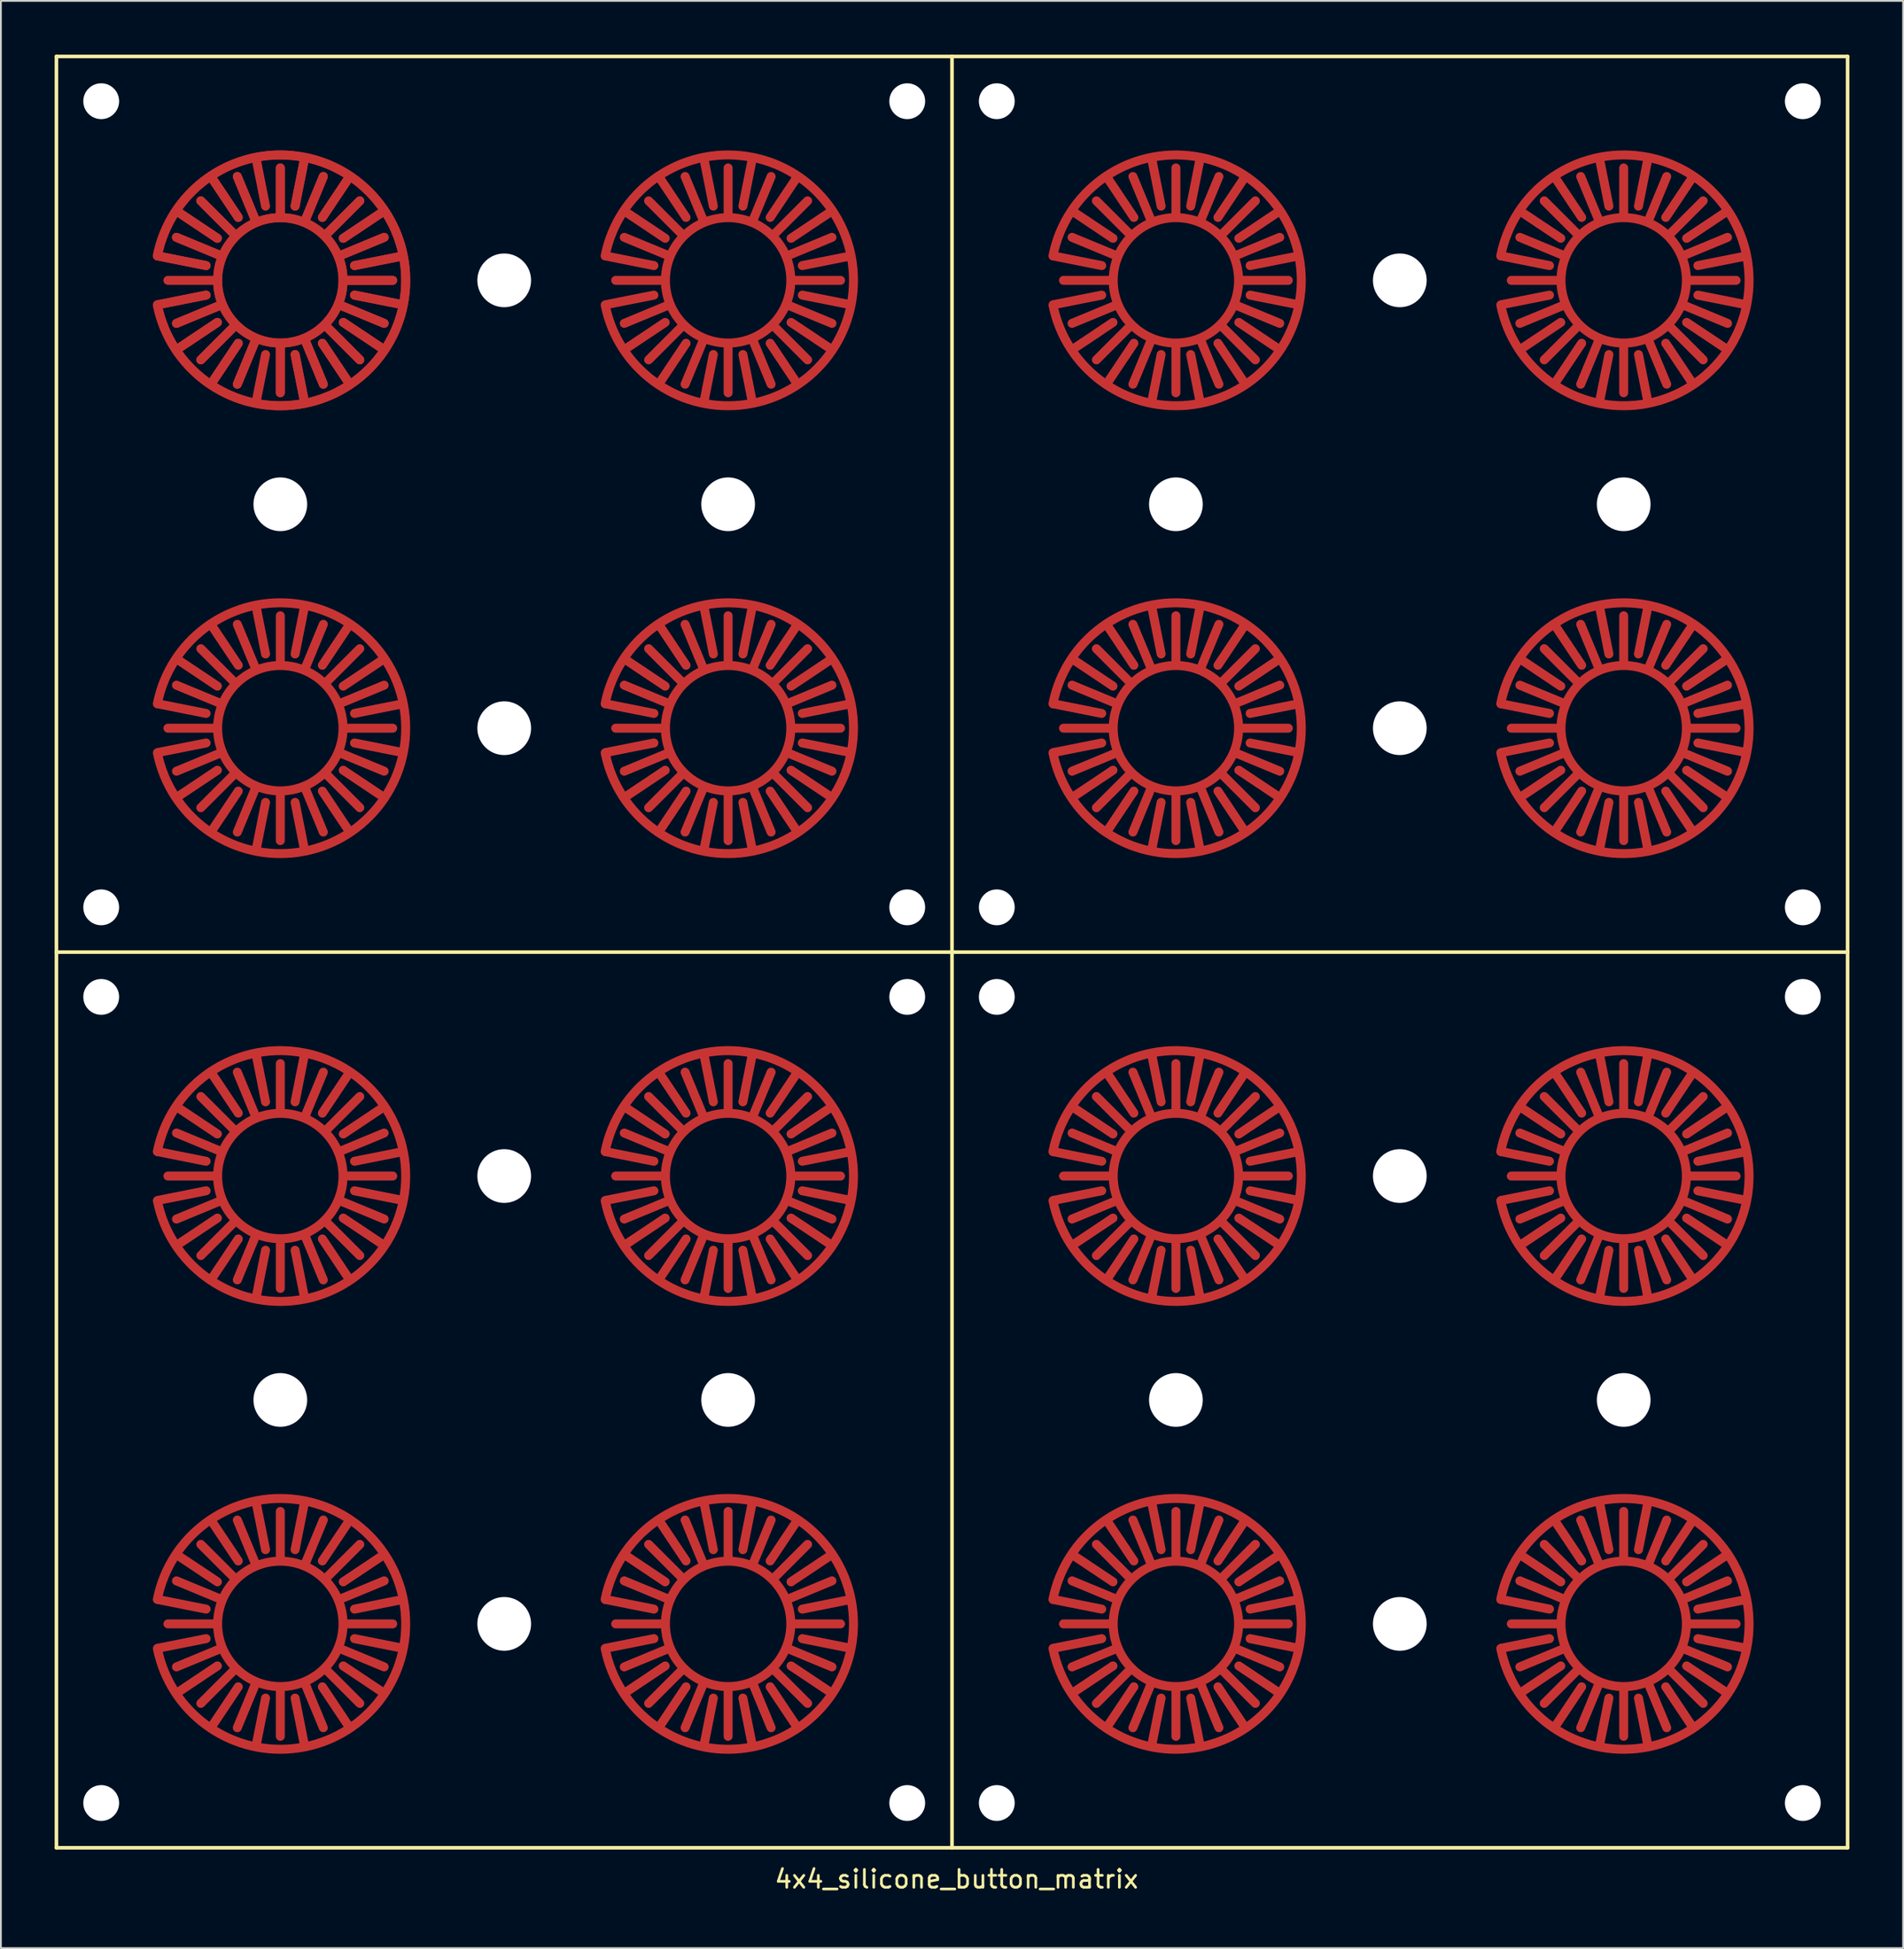
<source format=kicad_pcb>
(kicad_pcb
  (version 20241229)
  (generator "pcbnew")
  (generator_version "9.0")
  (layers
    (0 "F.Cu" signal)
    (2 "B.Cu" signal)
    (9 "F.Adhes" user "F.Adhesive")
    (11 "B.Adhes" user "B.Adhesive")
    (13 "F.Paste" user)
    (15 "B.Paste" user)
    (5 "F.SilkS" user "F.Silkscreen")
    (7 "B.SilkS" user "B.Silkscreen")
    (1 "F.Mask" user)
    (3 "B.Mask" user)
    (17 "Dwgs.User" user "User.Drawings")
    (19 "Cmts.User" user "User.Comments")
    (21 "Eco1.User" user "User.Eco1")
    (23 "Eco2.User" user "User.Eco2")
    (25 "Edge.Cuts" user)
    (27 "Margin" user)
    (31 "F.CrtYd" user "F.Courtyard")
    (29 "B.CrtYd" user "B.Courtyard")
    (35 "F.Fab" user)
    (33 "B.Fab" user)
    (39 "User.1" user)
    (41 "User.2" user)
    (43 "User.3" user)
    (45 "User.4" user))
  (footprint "4x4_silicone_button_matrix"
    (layer "F.Cu")
    (at 50.1 50.1)
    (property "Reference" "4x4_silicone_button_matrix" (at 0.25 51.75 0) (layer "F.SilkS") (effects (font (size 1 1) (thickness 0.15))))
    (attr through_hole)
    (fp_arc (start -44.365497 -38.865632) (mid -30.500003 -37.506109) (end -44.363103 -36.122387) (stroke (width 0.5) (type solid)) (layer "F.Cu"))
    (fp_arc (start -44.365497 -38.865632) (mid -30.500003 -37.506109) (end -44.363103 -36.122387) (stroke (width 0.5) (type solid)) (layer "F.Cu"))
    (fp_arc (start -44.365497 -13.865632) (mid -30.500003 -12.506109) (end -44.363103 -11.122387) (stroke (width 0.5) (type solid)) (layer "F.Cu"))
    (fp_arc (start -44.365497 11.134368) (mid -30.500003 12.493891) (end -44.363103 13.877613) (stroke (width 0.5) (type solid)) (layer "F.Cu"))
    (fp_arc (start -44.365497 36.134368) (mid -30.500003 37.493891) (end -44.363103 38.877613) (stroke (width 0.5) (type solid)) (layer "F.Cu"))
    (fp_arc (start -19.365497 -38.865632) (mid -5.500003 -37.506109) (end -19.363103 -36.122387) (stroke (width 0.5) (type solid)) (layer "F.Cu"))
    (fp_arc (start -19.365497 -13.865632) (mid -5.500003 -12.506109) (end -19.363103 -11.122387) (stroke (width 0.5) (type solid)) (layer "F.Cu"))
    (fp_arc (start -19.365497 11.134368) (mid -5.500003 12.493891) (end -19.363103 13.877613) (stroke (width 0.5) (type solid)) (layer "F.Cu"))
    (fp_arc (start -19.365497 36.134368) (mid -5.500003 37.493891) (end -19.363103 38.877613) (stroke (width 0.5) (type solid)) (layer "F.Cu"))
    (fp_arc (start 5.634503 -38.865632) (mid 19.499997 -37.506109) (end 5.636897 -36.122387) (stroke (width 0.5) (type solid)) (layer "F.Cu"))
    (fp_arc (start 5.634503 -13.865632) (mid 19.499997 -12.506109) (end 5.636897 -11.122387) (stroke (width 0.5) (type solid)) (layer "F.Cu"))
    (fp_arc (start 5.634503 11.134368) (mid 19.499997 12.493891) (end 5.636897 13.877613) (stroke (width 0.5) (type solid)) (layer "F.Cu"))
    (fp_arc (start 5.634503 36.134368) (mid 19.499997 37.493891) (end 5.636897 38.877613) (stroke (width 0.5) (type solid)) (layer "F.Cu"))
    (fp_arc (start 30.634503 -38.865632) (mid 44.499997 -37.506109) (end 30.636897 -36.122387) (stroke (width 0.5) (type solid)) (layer "F.Cu"))
    (fp_arc (start 30.634503 -13.865632) (mid 44.499997 -12.506109) (end 30.636897 -11.122387) (stroke (width 0.5) (type solid)) (layer "F.Cu"))
    (fp_arc (start 30.634503 11.134368) (mid 44.499997 12.493891) (end 30.636897 13.877613) (stroke (width 0.5) (type solid)) (layer "F.Cu"))
    (fp_arc (start 30.634503 36.134368) (mid 44.499997 37.493891) (end 30.636897 38.877613) (stroke (width 0.5) (type solid)) (layer "F.Cu"))
    (fp_circle (center -37.5 -37.5) (end -37.5 -34) (stroke (width 0.5) (type solid)) (fill no) (layer "F.Cu"))
    (fp_circle (center -37.5 -37.5) (end -37.5 -34) (stroke (width 0.5) (type solid)) (fill no) (layer "F.Cu"))
    (fp_circle (center -37.5 -12.5) (end -37.5 -9) (stroke (width 0.5) (type solid)) (fill no) (layer "F.Cu"))
    (fp_circle (center -37.5 12.5) (end -37.5 16) (stroke (width 0.5) (type solid)) (fill no) (layer "F.Cu"))
    (fp_circle (center -37.5 37.5) (end -37.5 41) (stroke (width 0.5) (type solid)) (fill no) (layer "F.Cu"))
    (fp_circle (center -12.5 -37.5) (end -12.5 -34) (stroke (width 0.5) (type solid)) (fill no) (layer "F.Cu"))
    (fp_circle (center -12.5 -12.5) (end -12.5 -9) (stroke (width 0.5) (type solid)) (fill no) (layer "F.Cu"))
    (fp_circle (center -12.5 12.5) (end -12.5 16) (stroke (width 0.5) (type solid)) (fill no) (layer "F.Cu"))
    (fp_circle (center -12.5 37.5) (end -12.5 41) (stroke (width 0.5) (type solid)) (fill no) (layer "F.Cu"))
    (fp_circle (center 12.5 -37.5) (end 12.5 -34) (stroke (width 0.5) (type solid)) (fill no) (layer "F.Cu"))
    (fp_circle (center 12.5 -12.5) (end 12.5 -9) (stroke (width 0.5) (type solid)) (fill no) (layer "F.Cu"))
    (fp_circle (center 12.5 12.5) (end 12.5 16) (stroke (width 0.5) (type solid)) (fill no) (layer "F.Cu"))
    (fp_circle (center 12.5 37.5) (end 12.5 41) (stroke (width 0.5) (type solid)) (fill no) (layer "F.Cu"))
    (fp_circle (center 37.5 -37.5) (end 37.5 -34) (stroke (width 0.5) (type solid)) (fill no) (layer "F.Cu"))
    (fp_circle (center 37.5 -12.5) (end 37.5 -9) (stroke (width 0.5) (type solid)) (fill no) (layer "F.Cu"))
    (fp_circle (center 37.5 12.5) (end 37.5 16) (stroke (width 0.5) (type solid)) (fill no) (layer "F.Cu"))
    (fp_circle (center 37.5 37.5) (end 37.5 41) (stroke (width 0.5) (type solid)) (fill no) (layer "F.Cu"))
    (fp_circle (center -37.5 -37.5) (end -37.5 -32.25) (stroke (width 4.5) (type solid)) (fill no) (layer "F.Mask"))
    (fp_circle (center -37.5 -12.5) (end -37.5 -7.25) (stroke (width 4.5) (type solid)) (fill no) (layer "F.Mask"))
    (fp_circle (center -37.5 12.5) (end -37.5 17.75) (stroke (width 4.5) (type solid)) (fill no) (layer "F.Mask"))
    (fp_circle (center -37.5 37.5) (end -37.5 42.75) (stroke (width 4.5) (type solid)) (fill no) (layer "F.Mask"))
    (fp_circle (center -12.5 -37.5) (end -12.5 -32.25) (stroke (width 4.5) (type solid)) (fill no) (layer "F.Mask"))
    (fp_circle (center -12.5 -12.5) (end -12.5 -7.25) (stroke (width 4.5) (type solid)) (fill no) (layer "F.Mask"))
    (fp_circle (center -12.5 12.5) (end -12.5 17.75) (stroke (width 4.5) (type solid)) (fill no) (layer "F.Mask"))
    (fp_circle (center -12.5 37.5) (end -12.5 42.75) (stroke (width 4.5) (type solid)) (fill no) (layer "F.Mask"))
    (fp_circle (center 12.5 -37.5) (end 12.5 -32.25) (stroke (width 4.5) (type solid)) (fill no) (layer "F.Mask"))
    (fp_circle (center 12.5 -12.5) (end 12.5 -7.25) (stroke (width 4.5) (type solid)) (fill no) (layer "F.Mask"))
    (fp_circle (center 12.5 12.5) (end 12.5 17.75) (stroke (width 4.5) (type solid)) (fill no) (layer "F.Mask"))
    (fp_circle (center 12.5 37.5) (end 12.5 42.75) (stroke (width 4.5) (type solid)) (fill no) (layer "F.Mask"))
    (fp_circle (center 37.5 -37.5) (end 37.5 -32.25) (stroke (width 4.5) (type solid)) (fill no) (layer "F.Mask"))
    (fp_circle (center 37.5 -12.5) (end 37.5 -7.25) (stroke (width 4.5) (type solid)) (fill no) (layer "F.Mask"))
    (fp_circle (center 37.5 12.5) (end 37.5 17.75) (stroke (width 4.5) (type solid)) (fill no) (layer "F.Mask"))
    (fp_circle (center 37.5 37.5) (end 37.5 42.75) (stroke (width 4.5) (type solid)) (fill no) (layer "F.Mask"))
    (fp_circle (center -47.5 -47.5) (end -47.5 -46.5) (stroke (width 2) (type solid)) (fill no) (layer "B.Mask"))
    (fp_circle (center -47.5 -2.5) (end -47.5 -1.5) (stroke (width 2) (type solid)) (fill no) (layer "B.Mask"))
    (fp_circle (center -47.5 2.5) (end -47.5 3.5) (stroke (width 2) (type solid)) (fill no) (layer "B.Mask"))
    (fp_circle (center -47.5 47.5) (end -47.5 48.5) (stroke (width 2) (type solid)) (fill no) (layer "B.Mask"))
    (fp_circle (center -2.5 -47.5) (end -2.5 -46.5) (stroke (width 2) (type solid)) (fill no) (layer "B.Mask"))
    (fp_circle (center -2.5 -2.5) (end -2.5 -1.5) (stroke (width 2) (type solid)) (fill no) (layer "B.Mask"))
    (fp_circle (center -2.5 2.5) (end -2.5 3.5) (stroke (width 2) (type solid)) (fill no) (layer "B.Mask"))
    (fp_circle (center -2.5 47.5) (end -2.5 48.5) (stroke (width 2) (type solid)) (fill no) (layer "B.Mask"))
    (fp_circle (center 2.5 -47.5) (end 2.5 -46.5) (stroke (width 2) (type solid)) (fill no) (layer "B.Mask"))
    (fp_circle (center 2.5 -2.5) (end 2.5 -1.5) (stroke (width 2) (type solid)) (fill no) (layer "B.Mask"))
    (fp_circle (center 2.5 2.5) (end 2.5 3.5) (stroke (width 2) (type solid)) (fill no) (layer "B.Mask"))
    (fp_circle (center 2.5 47.5) (end 2.5 48.5) (stroke (width 2) (type solid)) (fill no) (layer "B.Mask"))
    (fp_circle (center 47.5 -47.5) (end 47.5 -46.5) (stroke (width 2) (type solid)) (fill no) (layer "B.Mask"))
    (fp_circle (center 47.5 -2.5) (end 47.5 -1.5) (stroke (width 2) (type solid)) (fill no) (layer "B.Mask"))
    (fp_circle (center 47.5 2.5) (end 47.5 3.5) (stroke (width 2) (type solid)) (fill no) (layer "B.Mask"))
    (fp_circle (center 47.5 47.5) (end 47.5 48.5) (stroke (width 2) (type solid)) (fill no) (layer "B.Mask"))
    (fp_line (start -50 -50) (end -50 50) (stroke (width 0.2) (type solid)) (layer "F.SilkS"))
    (fp_line (start -50 -50) (end 50 -50) (stroke (width 0.2) (type solid)) (layer "F.SilkS"))
    (fp_line (start -50 0) (end 50 0) (stroke (width 0.2) (type solid)) (layer "F.SilkS"))
    (fp_line (start -50 50) (end 50 50) (stroke (width 0.2) (type solid)) (layer "F.SilkS"))
    (fp_line (start 0 -50) (end 0 50) (stroke (width 0.2) (type solid)) (layer "F.SilkS"))
    (fp_line (start 50 -50) (end 50 50) (stroke (width 0.2) (type solid)) (layer "F.SilkS"))
    (pad "" np_thru_hole circle (at -47.5 -47.5 90) (size 2 2) (drill 2) (layers "*.Cu" "*.Mask"))
    (pad "" np_thru_hole circle (at -47.5 -2.5 90) (size 2 2) (drill 2) (layers "*.Cu" "*.Mask"))
    (pad "" np_thru_hole circle (at -47.5 2.5 90) (size 2 2) (drill 2) (layers "*.Cu" "*.Mask"))
    (pad "" np_thru_hole circle (at -47.5 47.5 90) (size 2 2) (drill 2) (layers "*.Cu" "*.Mask"))
    (pad "" smd oval (at -42.992 -38.593 78.75) (size 0.5 3.25) (layers "F.Cu" "F.Mask" "F.Paste"))
    (pad "" smd oval (at -42.992 -38.593 78.75) (size 0.5 3.25) (layers "F.Cu" "F.Mask" "F.Paste"))
    (pad "" smd oval (at -42.992 -36.407 101.25) (size 0.5 3.25) (layers "F.Cu" "F.Mask" "F.Paste"))
    (pad "" smd oval (at -42.992 -36.407 101.25) (size 0.5 3.25) (layers "F.Cu" "F.Mask" "F.Paste"))
    (pad "" smd oval (at -42.992 -13.593 78.75) (size 0.5 3.25) (layers "F.Cu" "F.Mask" "F.Paste"))
    (pad "" smd oval (at -42.992 -11.407 101.25) (size 0.5 3.25) (layers "F.Cu" "F.Mask" "F.Paste"))
    (pad "" smd oval (at -42.992 11.407 78.75) (size 0.5 3.25) (layers "F.Cu" "F.Mask" "F.Paste"))
    (pad "" smd oval (at -42.992 13.593 101.25) (size 0.5 3.25) (layers "F.Cu" "F.Mask" "F.Paste"))
    (pad "" smd oval (at -42.992 36.407 78.75) (size 0.5 3.25) (layers "F.Cu" "F.Mask" "F.Paste"))
    (pad "" smd oval (at -42.992 38.593 101.25) (size 0.5 3.25) (layers "F.Cu" "F.Mask" "F.Paste"))
    (pad "" smd oval (at -42.156 -40.611 56.25) (size 0.5 3.25) (layers "F.Cu" "F.Mask" "F.Paste"))
    (pad "" smd oval (at -42.156 -40.611 56.25) (size 0.5 3.25) (layers "F.Cu" "F.Mask" "F.Paste"))
    (pad "" smd oval (at -42.156 -34.389 123.75) (size 0.5 3.25) (layers "F.Cu" "F.Mask" "F.Paste"))
    (pad "" smd oval (at -42.156 -34.389 123.75) (size 0.5 3.25) (layers "F.Cu" "F.Mask" "F.Paste"))
    (pad "" smd oval (at -42.156 -15.611 56.25) (size 0.5 3.25) (layers "F.Cu" "F.Mask" "F.Paste"))
    (pad "" smd oval (at -42.156 -9.389 123.75) (size 0.5 3.25) (layers "F.Cu" "F.Mask" "F.Paste"))
    (pad "" smd oval (at -42.156 9.389 56.25) (size 0.5 3.25) (layers "F.Cu" "F.Mask" "F.Paste"))
    (pad "" smd oval (at -42.156 15.611 123.75) (size 0.5 3.25) (layers "F.Cu" "F.Mask" "F.Paste"))
    (pad "" smd oval (at -42.156 34.389 56.25) (size 0.5 3.25) (layers "F.Cu" "F.Mask" "F.Paste"))
    (pad "" smd oval (at -42.156 40.611 123.75) (size 0.5 3.25) (layers "F.Cu" "F.Mask" "F.Paste"))
    (pad "" smd oval (at -42.027 -39.375 67.5) (size 0.5 3.25) (layers "F.Cu" "F.Mask" "F.Paste"))
    (pad "" smd oval (at -42.027 -39.375 67.5) (size 0.5 3.25) (layers "F.Cu" "F.Mask" "F.Paste"))
    (pad "" smd oval (at -42.027 -35.625 112.5) (size 0.5 3.25) (layers "F.Cu" "F.Mask" "F.Paste"))
    (pad "" smd oval (at -42.027 -35.625 112.5) (size 0.5 3.25) (layers "F.Cu" "F.Mask" "F.Paste"))
    (pad "" smd oval (at -42.027 -14.375 67.5) (size 0.5 3.25) (layers "F.Cu" "F.Mask" "F.Paste"))
    (pad "" smd oval (at -42.027 -10.625 112.5) (size 0.5 3.25) (layers "F.Cu" "F.Mask" "F.Paste"))
    (pad "" smd oval (at -42.027 10.625 67.5) (size 0.5 3.25) (layers "F.Cu" "F.Mask" "F.Paste"))
    (pad "" smd oval (at -42.027 14.375 112.5) (size 0.5 3.25) (layers "F.Cu" "F.Mask" "F.Paste"))
    (pad "" smd oval (at -42.027 35.625 67.5) (size 0.5 3.25) (layers "F.Cu" "F.Mask" "F.Paste"))
    (pad "" smd oval (at -42.027 39.375 112.5) (size 0.5 3.25) (layers "F.Cu" "F.Mask" "F.Paste"))
    (pad "" smd oval (at -40.965 -40.965 45) (size 0.5 3.25) (layers "F.Cu" "F.Mask" "F.Paste"))
    (pad "" smd oval (at -40.965 -40.965 45) (size 0.5 3.25) (layers "F.Cu" "F.Mask" "F.Paste"))
    (pad "" smd oval (at -40.965 -34.035 135) (size 0.5 3.25) (layers "F.Cu" "F.Mask" "F.Paste"))
    (pad "" smd oval (at -40.965 -34.035 135) (size 0.5 3.25) (layers "F.Cu" "F.Mask" "F.Paste"))
    (pad "" smd oval (at -40.965 -15.965 45) (size 0.5 3.25) (layers "F.Cu" "F.Mask" "F.Paste"))
    (pad "" smd oval (at -40.965 -9.035 135) (size 0.5 3.25) (layers "F.Cu" "F.Mask" "F.Paste"))
    (pad "" smd oval (at -40.965 9.035 45) (size 0.5 3.25) (layers "F.Cu" "F.Mask" "F.Paste"))
    (pad "" smd oval (at -40.965 15.965 135) (size 0.5 3.25) (layers "F.Cu" "F.Mask" "F.Paste"))
    (pad "" smd oval (at -40.965 34.035 45) (size 0.5 3.25) (layers "F.Cu" "F.Mask" "F.Paste"))
    (pad "" smd oval (at -40.965 40.965 135) (size 0.5 3.25) (layers "F.Cu" "F.Mask" "F.Paste"))
    (pad "" smd oval (at -40.611 -42.156 33.75) (size 0.5 3.25) (layers "F.Cu" "F.Mask" "F.Paste"))
    (pad "" smd oval (at -40.611 -42.156 33.75) (size 0.5 3.25) (layers "F.Cu" "F.Mask" "F.Paste"))
    (pad "" smd oval (at -40.611 -32.844 146.25) (size 0.5 3.25) (layers "F.Cu" "F.Mask" "F.Paste"))
    (pad "" smd oval (at -40.611 -32.844 146.25) (size 0.5 3.25) (layers "F.Cu" "F.Mask" "F.Paste"))
    (pad "" smd oval (at -40.611 -17.156 33.75) (size 0.5 3.25) (layers "F.Cu" "F.Mask" "F.Paste"))
    (pad "" smd oval (at -40.611 -7.844 146.25) (size 0.5 3.25) (layers "F.Cu" "F.Mask" "F.Paste"))
    (pad "" smd oval (at -40.611 7.844 33.75) (size 0.5 3.25) (layers "F.Cu" "F.Mask" "F.Paste"))
    (pad "" smd oval (at -40.611 17.156 146.25) (size 0.5 3.25) (layers "F.Cu" "F.Mask" "F.Paste"))
    (pad "" smd oval (at -40.611 32.844 33.75) (size 0.5 3.25) (layers "F.Cu" "F.Mask" "F.Paste"))
    (pad "" smd oval (at -40.611 42.156 146.25) (size 0.5 3.25) (layers "F.Cu" "F.Mask" "F.Paste"))
    (pad "" smd oval (at -39.375 -42.027 22.5) (size 0.5 3.25) (layers "F.Cu" "F.Mask" "F.Paste"))
    (pad "" smd oval (at -39.375 -42.027 22.5) (size 0.5 3.25) (layers "F.Cu" "F.Mask" "F.Paste"))
    (pad "" smd oval (at -39.375 -32.973 157.5) (size 0.5 3.25) (layers "F.Cu" "F.Mask" "F.Paste"))
    (pad "" smd oval (at -39.375 -32.973 157.5) (size 0.5 3.25) (layers "F.Cu" "F.Mask" "F.Paste"))
    (pad "" smd oval (at -39.375 -17.027 22.5) (size 0.5 3.25) (layers "F.Cu" "F.Mask" "F.Paste"))
    (pad "" smd oval (at -39.375 -7.973 157.5) (size 0.5 3.25) (layers "F.Cu" "F.Mask" "F.Paste"))
    (pad "" smd oval (at -39.375 7.973 22.5) (size 0.5 3.25) (layers "F.Cu" "F.Mask" "F.Paste"))
    (pad "" smd oval (at -39.375 17.027 157.5) (size 0.5 3.25) (layers "F.Cu" "F.Mask" "F.Paste"))
    (pad "" smd oval (at -39.375 32.973 22.5) (size 0.5 3.25) (layers "F.Cu" "F.Mask" "F.Paste"))
    (pad "" smd oval (at -39.375 42.027 157.5) (size 0.5 3.25) (layers "F.Cu" "F.Mask" "F.Paste"))
    (pad "" smd oval (at -38.593 -42.992 11.25) (size 0.5 3.25) (layers "F.Cu" "F.Mask" "F.Paste"))
    (pad "" smd oval (at -38.593 -17.992 11.25) (size 0.5 3.25) (layers "F.Cu" "F.Mask" "F.Paste"))
    (pad "" smd oval (at -38.593 7.008 11.25) (size 0.5 3.25) (layers "F.Cu" "F.Mask" "F.Paste"))
    (pad "" smd oval (at -38.593 32.008 11.25) (size 0.5 3.25) (layers "F.Cu" "F.Mask" "F.Paste"))
    (pad "" smd oval (at -37.5 -42.4) (size 0.5 3.25) (layers "F.Cu" "F.Mask" "F.Paste"))
    (pad "" smd oval (at -37.5 -42.4) (size 0.5 3.25) (layers "F.Cu" "F.Mask" "F.Paste"))
    (pad "" smd oval (at -37.5 -32.6 180) (size 0.5 3.25) (layers "F.Cu" "F.Mask" "F.Paste"))
    (pad "" smd oval (at -37.5 -32.6 180) (size 0.5 3.25) (layers "F.Cu" "F.Mask" "F.Paste"))
    (pad "" np_thru_hole circle (at -37.5 -25 90) (size 3 3) (drill 3) (layers "*.Cu" "*.Mask"))
    (pad "" smd oval (at -37.5 -17.4) (size 0.5 3.25) (layers "F.Cu" "F.Mask" "F.Paste"))
    (pad "" smd oval (at -37.5 -7.6 180) (size 0.5 3.25) (layers "F.Cu" "F.Mask" "F.Paste"))
    (pad "" smd oval (at -37.5 7.6) (size 0.5 3.25) (layers "F.Cu" "F.Mask" "F.Paste"))
    (pad "" smd oval (at -37.5 17.4 180) (size 0.5 3.25) (layers "F.Cu" "F.Mask" "F.Paste"))
    (pad "" np_thru_hole circle (at -37.5 25 90) (size 3 3) (drill 3) (layers "*.Cu" "*.Mask"))
    (pad "" smd oval (at -37.5 32.6) (size 0.5 3.25) (layers "F.Cu" "F.Mask" "F.Paste"))
    (pad "" smd oval (at -37.5 42.4 180) (size 0.5 3.25) (layers "F.Cu" "F.Mask" "F.Paste"))
    (pad "" smd oval (at -36.407 -42.992 348.75) (size 0.5 3.25) (layers "F.Cu" "F.Mask" "F.Paste"))
    (pad "" smd oval (at -36.407 -42.992 348.75) (size 0.5 3.25) (layers "F.Cu" "F.Mask" "F.Paste"))
    (pad "" smd oval (at -36.407 -32.008 191.25) (size 0.5 3.25) (layers "F.Cu" "F.Mask" "F.Paste"))
    (pad "" smd oval (at -36.407 -32.008 191.25) (size 0.5 3.25) (layers "F.Cu" "F.Mask" "F.Paste"))
    (pad "" smd oval (at -36.407 -17.992 348.75) (size 0.5 3.25) (layers "F.Cu" "F.Mask" "F.Paste"))
    (pad "" smd oval (at -36.407 -7.008 191.25) (size 0.5 3.25) (layers "F.Cu" "F.Mask" "F.Paste"))
    (pad "" smd oval (at -36.407 7.008 348.75) (size 0.5 3.25) (layers "F.Cu" "F.Mask" "F.Paste"))
    (pad "" smd oval (at -36.407 17.992 191.25) (size 0.5 3.25) (layers "F.Cu" "F.Mask" "F.Paste"))
    (pad "" smd oval (at -36.407 32.008 348.75) (size 0.5 3.25) (layers "F.Cu" "F.Mask" "F.Paste"))
    (pad "" smd oval (at -36.407 42.992 191.25) (size 0.5 3.25) (layers "F.Cu" "F.Mask" "F.Paste"))
    (pad "" smd oval (at -35.625 -42.027 337.5) (size 0.5 3.25) (layers "F.Cu" "F.Mask" "F.Paste"))
    (pad "" smd oval (at -35.625 -42.027 337.5) (size 0.5 3.25) (layers "F.Cu" "F.Mask" "F.Paste"))
    (pad "" smd oval (at -35.625 -32.973 202.5) (size 0.5 3.25) (layers "F.Cu" "F.Mask" "F.Paste"))
    (pad "" smd oval (at -35.625 -32.973 202.5) (size 0.5 3.25) (layers "F.Cu" "F.Mask" "F.Paste"))
    (pad "" smd oval (at -35.625 -17.027 337.5) (size 0.5 3.25) (layers "F.Cu" "F.Mask" "F.Paste"))
    (pad "" smd oval (at -35.625 -7.973 202.5) (size 0.5 3.25) (layers "F.Cu" "F.Mask" "F.Paste"))
    (pad "" smd oval (at -35.625 7.973 337.5) (size 0.5 3.25) (layers "F.Cu" "F.Mask" "F.Paste"))
    (pad "" smd oval (at -35.625 17.027 202.5) (size 0.5 3.25) (layers "F.Cu" "F.Mask" "F.Paste"))
    (pad "" smd oval (at -35.625 32.973 337.5) (size 0.5 3.25) (layers "F.Cu" "F.Mask" "F.Paste"))
    (pad "" smd oval (at -35.625 42.027 202.5) (size 0.5 3.25) (layers "F.Cu" "F.Mask" "F.Paste"))
    (pad "" smd oval (at -34.389 -42.156 326.25) (size 0.5 3.25) (layers "F.Cu" "F.Mask" "F.Paste"))
    (pad "" smd oval (at -34.389 -42.156 326.25) (size 0.5 3.25) (layers "F.Cu" "F.Mask" "F.Paste"))
    (pad "" smd oval (at -34.389 -32.844 213.75) (size 0.5 3.25) (layers "F.Cu" "F.Mask" "F.Paste"))
    (pad "" smd oval (at -34.389 -32.844 213.75) (size 0.5 3.25) (layers "F.Cu" "F.Mask" "F.Paste"))
    (pad "" smd oval (at -34.389 -17.156 326.25) (size 0.5 3.25) (layers "F.Cu" "F.Mask" "F.Paste"))
    (pad "" smd oval (at -34.389 -7.844 213.75) (size 0.5 3.25) (layers "F.Cu" "F.Mask" "F.Paste"))
    (pad "" smd oval (at -34.389 7.844 326.25) (size 0.5 3.25) (layers "F.Cu" "F.Mask" "F.Paste"))
    (pad "" smd oval (at -34.389 17.156 213.75) (size 0.5 3.25) (layers "F.Cu" "F.Mask" "F.Paste"))
    (pad "" smd oval (at -34.389 32.844 326.25) (size 0.5 3.25) (layers "F.Cu" "F.Mask" "F.Paste"))
    (pad "" smd oval (at -34.389 42.156 213.75) (size 0.5 3.25) (layers "F.Cu" "F.Mask" "F.Paste"))
    (pad "" smd oval (at -34.035 -40.965 315) (size 0.5 3.25) (layers "F.Cu" "F.Mask" "F.Paste"))
    (pad "" smd oval (at -34.035 -40.965 315) (size 0.5 3.25) (layers "F.Cu" "F.Mask" "F.Paste"))
    (pad "" smd oval (at -34.035 -34.035 225) (size 0.5 3.25) (layers "F.Cu" "F.Mask" "F.Paste"))
    (pad "" smd oval (at -34.035 -34.035 225) (size 0.5 3.25) (layers "F.Cu" "F.Mask" "F.Paste"))
    (pad "" smd oval (at -34.035 -15.965 315) (size 0.5 3.25) (layers "F.Cu" "F.Mask" "F.Paste"))
    (pad "" smd oval (at -34.035 -9.035 225) (size 0.5 3.25) (layers "F.Cu" "F.Mask" "F.Paste"))
    (pad "" smd oval (at -34.035 9.035 315) (size 0.5 3.25) (layers "F.Cu" "F.Mask" "F.Paste"))
    (pad "" smd oval (at -34.035 15.965 225) (size 0.5 3.25) (layers "F.Cu" "F.Mask" "F.Paste"))
    (pad "" smd oval (at -34.035 34.035 315) (size 0.5 3.25) (layers "F.Cu" "F.Mask" "F.Paste"))
    (pad "" smd oval (at -34.035 40.965 225) (size 0.5 3.25) (layers "F.Cu" "F.Mask" "F.Paste"))
    (pad "" smd oval (at -32.973 -39.375 292.5) (size 0.5 3.25) (layers "F.Cu" "F.Mask" "F.Paste"))
    (pad "" smd oval (at -32.973 -39.375 292.5) (size 0.5 3.25) (layers "F.Cu" "F.Mask" "F.Paste"))
    (pad "" smd oval (at -32.973 -35.625 247.5) (size 0.5 3.25) (layers "F.Cu" "F.Mask" "F.Paste"))
    (pad "" smd oval (at -32.973 -35.625 247.5) (size 0.5 3.25) (layers "F.Cu" "F.Mask" "F.Paste"))
    (pad "" smd oval (at -32.973 -14.375 292.5) (size 0.5 3.25) (layers "F.Cu" "F.Mask" "F.Paste"))
    (pad "" smd oval (at -32.973 -10.625 247.5) (size 0.5 3.25) (layers "F.Cu" "F.Mask" "F.Paste"))
    (pad "" smd oval (at -32.973 10.625 292.5) (size 0.5 3.25) (layers "F.Cu" "F.Mask" "F.Paste"))
    (pad "" smd oval (at -32.973 14.375 247.5) (size 0.5 3.25) (layers "F.Cu" "F.Mask" "F.Paste"))
    (pad "" smd oval (at -32.973 35.625 292.5) (size 0.5 3.25) (layers "F.Cu" "F.Mask" "F.Paste"))
    (pad "" smd oval (at -32.973 39.375 247.5) (size 0.5 3.25) (layers "F.Cu" "F.Mask" "F.Paste"))
    (pad "" smd oval (at -32.844 -40.611 303.75) (size 0.5 3.25) (layers "F.Cu" "F.Mask" "F.Paste"))
    (pad "" smd oval (at -32.844 -40.611 303.75) (size 0.5 3.25) (layers "F.Cu" "F.Mask" "F.Paste"))
    (pad "" smd oval (at -32.844 -34.389 236.25) (size 0.5 3.25) (layers "F.Cu" "F.Mask" "F.Paste"))
    (pad "" smd oval (at -32.844 -34.389 236.25) (size 0.5 3.25) (layers "F.Cu" "F.Mask" "F.Paste"))
    (pad "" smd oval (at -32.844 -15.611 303.75) (size 0.5 3.25) (layers "F.Cu" "F.Mask" "F.Paste"))
    (pad "" smd oval (at -32.844 -9.389 236.25) (size 0.5 3.25) (layers "F.Cu" "F.Mask" "F.Paste"))
    (pad "" smd oval (at -32.844 9.389 303.75) (size 0.5 3.25) (layers "F.Cu" "F.Mask" "F.Paste"))
    (pad "" smd oval (at -32.844 15.611 236.25) (size 0.5 3.25) (layers "F.Cu" "F.Mask" "F.Paste"))
    (pad "" smd oval (at -32.844 34.389 303.75) (size 0.5 3.25) (layers "F.Cu" "F.Mask" "F.Paste"))
    (pad "" smd oval (at -32.844 40.611 236.25) (size 0.5 3.25) (layers "F.Cu" "F.Mask" "F.Paste"))
    (pad "" smd oval (at -32.6 -37.5 270) (size 0.5 3.25) (layers "F.Cu" "F.Mask" "F.Paste"))
    (pad "" smd oval (at -32.6 -37.5 270) (size 0.5 3.25) (layers "F.Cu" "F.Mask" "F.Paste"))
    (pad "" smd oval (at -32.6 -12.5 270) (size 0.5 3.25) (layers "F.Cu" "F.Mask" "F.Paste"))
    (pad "" smd oval (at -32.6 12.5 270) (size 0.5 3.25) (layers "F.Cu" "F.Mask" "F.Paste"))
    (pad "" smd oval (at -32.6 37.5 270) (size 0.5 3.25) (layers "F.Cu" "F.Mask" "F.Paste"))
    (pad "" smd oval (at -32.008 -38.593 281.25) (size 0.5 3.25) (layers "F.Cu" "F.Mask" "F.Paste"))
    (pad "" smd oval (at -32.008 -38.593 281.25) (size 0.5 3.25) (layers "F.Cu" "F.Mask" "F.Paste"))
    (pad "" smd oval (at -32.008 -36.407 258.75) (size 0.5 3.25) (layers "F.Cu" "F.Mask" "F.Paste"))
    (pad "" smd oval (at -32.008 -36.407 258.75) (size 0.5 3.25) (layers "F.Cu" "F.Mask" "F.Paste"))
    (pad "" smd oval (at -32.008 -13.593 281.25) (size 0.5 3.25) (layers "F.Cu" "F.Mask" "F.Paste"))
    (pad "" smd oval (at -32.008 -11.407 258.75) (size 0.5 3.25) (layers "F.Cu" "F.Mask" "F.Paste"))
    (pad "" smd oval (at -32.008 11.407 281.25) (size 0.5 3.25) (layers "F.Cu" "F.Mask" "F.Paste"))
    (pad "" smd oval (at -32.008 13.593 258.75) (size 0.5 3.25) (layers "F.Cu" "F.Mask" "F.Paste"))
    (pad "" smd oval (at -32.008 36.407 281.25) (size 0.5 3.25) (layers "F.Cu" "F.Mask" "F.Paste"))
    (pad "" smd oval (at -32.008 38.593 258.75) (size 0.5 3.25) (layers "F.Cu" "F.Mask" "F.Paste"))
    (pad "" np_thru_hole circle (at -25 -37.5 90) (size 3 3) (drill 3) (layers "*.Cu" "*.Mask"))
    (pad "" np_thru_hole circle (at -25 -12.5 90) (size 3 3) (drill 3) (layers "*.Cu" "*.Mask"))
    (pad "" np_thru_hole circle (at -25 12.5 90) (size 3 3) (drill 3) (layers "*.Cu" "*.Mask"))
    (pad "" np_thru_hole circle (at -25 37.5 90) (size 3 3) (drill 3) (layers "*.Cu" "*.Mask"))
    (pad "" smd oval (at -17.992 -38.593 78.75) (size 0.5 3.25) (layers "F.Cu" "F.Mask" "F.Paste"))
    (pad "" smd oval (at -17.992 -36.407 101.25) (size 0.5 3.25) (layers "F.Cu" "F.Mask" "F.Paste"))
    (pad "" smd oval (at -17.992 -13.593 78.75) (size 0.5 3.25) (layers "F.Cu" "F.Mask" "F.Paste"))
    (pad "" smd oval (at -17.992 -11.407 101.25) (size 0.5 3.25) (layers "F.Cu" "F.Mask" "F.Paste"))
    (pad "" smd oval (at -17.992 11.407 78.75) (size 0.5 3.25) (layers "F.Cu" "F.Mask" "F.Paste"))
    (pad "" smd oval (at -17.992 13.593 101.25) (size 0.5 3.25) (layers "F.Cu" "F.Mask" "F.Paste"))
    (pad "" smd oval (at -17.992 36.407 78.75) (size 0.5 3.25) (layers "F.Cu" "F.Mask" "F.Paste"))
    (pad "" smd oval (at -17.992 38.593 101.25) (size 0.5 3.25) (layers "F.Cu" "F.Mask" "F.Paste"))
    (pad "" smd oval (at -17.156 -40.611 56.25) (size 0.5 3.25) (layers "F.Cu" "F.Mask" "F.Paste"))
    (pad "" smd oval (at -17.156 -34.389 123.75) (size 0.5 3.25) (layers "F.Cu" "F.Mask" "F.Paste"))
    (pad "" smd oval (at -17.156 -15.611 56.25) (size 0.5 3.25) (layers "F.Cu" "F.Mask" "F.Paste"))
    (pad "" smd oval (at -17.156 -9.389 123.75) (size 0.5 3.25) (layers "F.Cu" "F.Mask" "F.Paste"))
    (pad "" smd oval (at -17.156 9.389 56.25) (size 0.5 3.25) (layers "F.Cu" "F.Mask" "F.Paste"))
    (pad "" smd oval (at -17.156 15.611 123.75) (size 0.5 3.25) (layers "F.Cu" "F.Mask" "F.Paste"))
    (pad "" smd oval (at -17.156 34.389 56.25) (size 0.5 3.25) (layers "F.Cu" "F.Mask" "F.Paste"))
    (pad "" smd oval (at -17.156 40.611 123.75) (size 0.5 3.25) (layers "F.Cu" "F.Mask" "F.Paste"))
    (pad "" smd oval (at -17.027 -39.375 67.5) (size 0.5 3.25) (layers "F.Cu" "F.Mask" "F.Paste"))
    (pad "" smd oval (at -17.027 -35.625 112.5) (size 0.5 3.25) (layers "F.Cu" "F.Mask" "F.Paste"))
    (pad "" smd oval (at -17.027 -14.375 67.5) (size 0.5 3.25) (layers "F.Cu" "F.Mask" "F.Paste"))
    (pad "" smd oval (at -17.027 -10.625 112.5) (size 0.5 3.25) (layers "F.Cu" "F.Mask" "F.Paste"))
    (pad "" smd oval (at -17.027 10.625 67.5) (size 0.5 3.25) (layers "F.Cu" "F.Mask" "F.Paste"))
    (pad "" smd oval (at -17.027 14.375 112.5) (size 0.5 3.25) (layers "F.Cu" "F.Mask" "F.Paste"))
    (pad "" smd oval (at -17.027 35.625 67.5) (size 0.5 3.25) (layers "F.Cu" "F.Mask" "F.Paste"))
    (pad "" smd oval (at -17.027 39.375 112.5) (size 0.5 3.25) (layers "F.Cu" "F.Mask" "F.Paste"))
    (pad "" smd oval (at -15.965 -40.965 45) (size 0.5 3.25) (layers "F.Cu" "F.Mask" "F.Paste"))
    (pad "" smd oval (at -15.965 -34.035 135) (size 0.5 3.25) (layers "F.Cu" "F.Mask" "F.Paste"))
    (pad "" smd oval (at -15.965 -15.965 45) (size 0.5 3.25) (layers "F.Cu" "F.Mask" "F.Paste"))
    (pad "" smd oval (at -15.965 -9.035 135) (size 0.5 3.25) (layers "F.Cu" "F.Mask" "F.Paste"))
    (pad "" smd oval (at -15.965 9.035 45) (size 0.5 3.25) (layers "F.Cu" "F.Mask" "F.Paste"))
    (pad "" smd oval (at -15.965 15.965 135) (size 0.5 3.25) (layers "F.Cu" "F.Mask" "F.Paste"))
    (pad "" smd oval (at -15.965 34.035 45) (size 0.5 3.25) (layers "F.Cu" "F.Mask" "F.Paste"))
    (pad "" smd oval (at -15.965 40.965 135) (size 0.5 3.25) (layers "F.Cu" "F.Mask" "F.Paste"))
    (pad "" smd oval (at -15.611 -42.156 33.75) (size 0.5 3.25) (layers "F.Cu" "F.Mask" "F.Paste"))
    (pad "" smd oval (at -15.611 -32.844 146.25) (size 0.5 3.25) (layers "F.Cu" "F.Mask" "F.Paste"))
    (pad "" smd oval (at -15.611 -17.156 33.75) (size 0.5 3.25) (layers "F.Cu" "F.Mask" "F.Paste"))
    (pad "" smd oval (at -15.611 -7.844 146.25) (size 0.5 3.25) (layers "F.Cu" "F.Mask" "F.Paste"))
    (pad "" smd oval (at -15.611 7.844 33.75) (size 0.5 3.25) (layers "F.Cu" "F.Mask" "F.Paste"))
    (pad "" smd oval (at -15.611 17.156 146.25) (size 0.5 3.25) (layers "F.Cu" "F.Mask" "F.Paste"))
    (pad "" smd oval (at -15.611 32.844 33.75) (size 0.5 3.25) (layers "F.Cu" "F.Mask" "F.Paste"))
    (pad "" smd oval (at -15.611 42.156 146.25) (size 0.5 3.25) (layers "F.Cu" "F.Mask" "F.Paste"))
    (pad "" smd oval (at -14.375 -42.027 22.5) (size 0.5 3.25) (layers "F.Cu" "F.Mask" "F.Paste"))
    (pad "" smd oval (at -14.375 -32.973 157.5) (size 0.5 3.25) (layers "F.Cu" "F.Mask" "F.Paste"))
    (pad "" smd oval (at -14.375 -17.027 22.5) (size 0.5 3.25) (layers "F.Cu" "F.Mask" "F.Paste"))
    (pad "" smd oval (at -14.375 -7.973 157.5) (size 0.5 3.25) (layers "F.Cu" "F.Mask" "F.Paste"))
    (pad "" smd oval (at -14.375 7.973 22.5) (size 0.5 3.25) (layers "F.Cu" "F.Mask" "F.Paste"))
    (pad "" smd oval (at -14.375 17.027 157.5) (size 0.5 3.25) (layers "F.Cu" "F.Mask" "F.Paste"))
    (pad "" smd oval (at -14.375 32.973 22.5) (size 0.5 3.25) (layers "F.Cu" "F.Mask" "F.Paste"))
    (pad "" smd oval (at -14.375 42.027 157.5) (size 0.5 3.25) (layers "F.Cu" "F.Mask" "F.Paste"))
    (pad "" smd oval (at -13.593 -42.992 11.25) (size 0.5 3.25) (layers "F.Cu" "F.Mask" "F.Paste"))
    (pad "" smd oval (at -13.593 -17.992 11.25) (size 0.5 3.25) (layers "F.Cu" "F.Mask" "F.Paste"))
    (pad "" smd oval (at -13.593 7.008 11.25) (size 0.5 3.25) (layers "F.Cu" "F.Mask" "F.Paste"))
    (pad "" smd oval (at -13.593 32.008 11.25) (size 0.5 3.25) (layers "F.Cu" "F.Mask" "F.Paste"))
    (pad "" smd oval (at -12.5 -42.4) (size 0.5 3.25) (layers "F.Cu" "F.Mask" "F.Paste"))
    (pad "" smd oval (at -12.5 -32.6 180) (size 0.5 3.25) (layers "F.Cu" "F.Mask" "F.Paste"))
    (pad "" np_thru_hole circle (at -12.5 -25 90) (size 3 3) (drill 3) (layers "*.Cu" "*.Mask"))
    (pad "" smd oval (at -12.5 -17.4) (size 0.5 3.25) (layers "F.Cu" "F.Mask" "F.Paste"))
    (pad "" smd oval (at -12.5 -7.6 180) (size 0.5 3.25) (layers "F.Cu" "F.Mask" "F.Paste"))
    (pad "" smd oval (at -12.5 7.6) (size 0.5 3.25) (layers "F.Cu" "F.Mask" "F.Paste"))
    (pad "" smd oval (at -12.5 17.4 180) (size 0.5 3.25) (layers "F.Cu" "F.Mask" "F.Paste"))
    (pad "" np_thru_hole circle (at -12.5 25 90) (size 3 3) (drill 3) (layers "*.Cu" "*.Mask"))
    (pad "" smd oval (at -12.5 32.6) (size 0.5 3.25) (layers "F.Cu" "F.Mask" "F.Paste"))
    (pad "" smd oval (at -12.5 42.4 180) (size 0.5 3.25) (layers "F.Cu" "F.Mask" "F.Paste"))
    (pad "" smd oval (at -11.407 -42.992 348.75) (size 0.5 3.25) (layers "F.Cu" "F.Mask" "F.Paste"))
    (pad "" smd oval (at -11.407 -32.008 191.25) (size 0.5 3.25) (layers "F.Cu" "F.Mask" "F.Paste"))
    (pad "" smd oval (at -11.407 -17.992 348.75) (size 0.5 3.25) (layers "F.Cu" "F.Mask" "F.Paste"))
    (pad "" smd oval (at -11.407 -7.008 191.25) (size 0.5 3.25) (layers "F.Cu" "F.Mask" "F.Paste"))
    (pad "" smd oval (at -11.407 7.008 348.75) (size 0.5 3.25) (layers "F.Cu" "F.Mask" "F.Paste"))
    (pad "" smd oval (at -11.407 17.992 191.25) (size 0.5 3.25) (layers "F.Cu" "F.Mask" "F.Paste"))
    (pad "" smd oval (at -11.407 32.008 348.75) (size 0.5 3.25) (layers "F.Cu" "F.Mask" "F.Paste"))
    (pad "" smd oval (at -11.407 42.992 191.25) (size 0.5 3.25) (layers "F.Cu" "F.Mask" "F.Paste"))
    (pad "" smd oval (at -10.625 -42.027 337.5) (size 0.5 3.25) (layers "F.Cu" "F.Mask" "F.Paste"))
    (pad "" smd oval (at -10.625 -32.973 202.5) (size 0.5 3.25) (layers "F.Cu" "F.Mask" "F.Paste"))
    (pad "" smd oval (at -10.625 -17.027 337.5) (size 0.5 3.25) (layers "F.Cu" "F.Mask" "F.Paste"))
    (pad "" smd oval (at -10.625 -7.973 202.5) (size 0.5 3.25) (layers "F.Cu" "F.Mask" "F.Paste"))
    (pad "" smd oval (at -10.625 7.973 337.5) (size 0.5 3.25) (layers "F.Cu" "F.Mask" "F.Paste"))
    (pad "" smd oval (at -10.625 17.027 202.5) (size 0.5 3.25) (layers "F.Cu" "F.Mask" "F.Paste"))
    (pad "" smd oval (at -10.625 32.973 337.5) (size 0.5 3.25) (layers "F.Cu" "F.Mask" "F.Paste"))
    (pad "" smd oval (at -10.625 42.027 202.5) (size 0.5 3.25) (layers "F.Cu" "F.Mask" "F.Paste"))
    (pad "" smd oval (at -9.389 -42.156 326.25) (size 0.5 3.25) (layers "F.Cu" "F.Mask" "F.Paste"))
    (pad "" smd oval (at -9.389 -32.844 213.75) (size 0.5 3.25) (layers "F.Cu" "F.Mask" "F.Paste"))
    (pad "" smd oval (at -9.389 -17.156 326.25) (size 0.5 3.25) (layers "F.Cu" "F.Mask" "F.Paste"))
    (pad "" smd oval (at -9.389 -7.844 213.75) (size 0.5 3.25) (layers "F.Cu" "F.Mask" "F.Paste"))
    (pad "" smd oval (at -9.389 7.844 326.25) (size 0.5 3.25) (layers "F.Cu" "F.Mask" "F.Paste"))
    (pad "" smd oval (at -9.389 17.156 213.75) (size 0.5 3.25) (layers "F.Cu" "F.Mask" "F.Paste"))
    (pad "" smd oval (at -9.389 32.844 326.25) (size 0.5 3.25) (layers "F.Cu" "F.Mask" "F.Paste"))
    (pad "" smd oval (at -9.389 42.156 213.75) (size 0.5 3.25) (layers "F.Cu" "F.Mask" "F.Paste"))
    (pad "" smd oval (at -9.035 -40.965 315) (size 0.5 3.25) (layers "F.Cu" "F.Mask" "F.Paste"))
    (pad "" smd oval (at -9.035 -34.035 225) (size 0.5 3.25) (layers "F.Cu" "F.Mask" "F.Paste"))
    (pad "" smd oval (at -9.035 -15.965 315) (size 0.5 3.25) (layers "F.Cu" "F.Mask" "F.Paste"))
    (pad "" smd oval (at -9.035 -9.035 225) (size 0.5 3.25) (layers "F.Cu" "F.Mask" "F.Paste"))
    (pad "" smd oval (at -9.035 9.035 315) (size 0.5 3.25) (layers "F.Cu" "F.Mask" "F.Paste"))
    (pad "" smd oval (at -9.035 15.965 225) (size 0.5 3.25) (layers "F.Cu" "F.Mask" "F.Paste"))
    (pad "" smd oval (at -9.035 34.035 315) (size 0.5 3.25) (layers "F.Cu" "F.Mask" "F.Paste"))
    (pad "" smd oval (at -9.035 40.965 225) (size 0.5 3.25) (layers "F.Cu" "F.Mask" "F.Paste"))
    (pad "" smd oval (at -7.973 -39.375 292.5) (size 0.5 3.25) (layers "F.Cu" "F.Mask" "F.Paste"))
    (pad "" smd oval (at -7.973 -35.625 247.5) (size 0.5 3.25) (layers "F.Cu" "F.Mask" "F.Paste"))
    (pad "" smd oval (at -7.973 -14.375 292.5) (size 0.5 3.25) (layers "F.Cu" "F.Mask" "F.Paste"))
    (pad "" smd oval (at -7.973 -10.625 247.5) (size 0.5 3.25) (layers "F.Cu" "F.Mask" "F.Paste"))
    (pad "" smd oval (at -7.973 10.625 292.5) (size 0.5 3.25) (layers "F.Cu" "F.Mask" "F.Paste"))
    (pad "" smd oval (at -7.973 14.375 247.5) (size 0.5 3.25) (layers "F.Cu" "F.Mask" "F.Paste"))
    (pad "" smd oval (at -7.973 35.625 292.5) (size 0.5 3.25) (layers "F.Cu" "F.Mask" "F.Paste"))
    (pad "" smd oval (at -7.973 39.375 247.5) (size 0.5 3.25) (layers "F.Cu" "F.Mask" "F.Paste"))
    (pad "" smd oval (at -7.844 -40.611 303.75) (size 0.5 3.25) (layers "F.Cu" "F.Mask" "F.Paste"))
    (pad "" smd oval (at -7.844 -34.389 236.25) (size 0.5 3.25) (layers "F.Cu" "F.Mask" "F.Paste"))
    (pad "" smd oval (at -7.844 -15.611 303.75) (size 0.5 3.25) (layers "F.Cu" "F.Mask" "F.Paste"))
    (pad "" smd oval (at -7.844 -9.389 236.25) (size 0.5 3.25) (layers "F.Cu" "F.Mask" "F.Paste"))
    (pad "" smd oval (at -7.844 9.389 303.75) (size 0.5 3.25) (layers "F.Cu" "F.Mask" "F.Paste"))
    (pad "" smd oval (at -7.844 15.611 236.25) (size 0.5 3.25) (layers "F.Cu" "F.Mask" "F.Paste"))
    (pad "" smd oval (at -7.844 34.389 303.75) (size 0.5 3.25) (layers "F.Cu" "F.Mask" "F.Paste"))
    (pad "" smd oval (at -7.844 40.611 236.25) (size 0.5 3.25) (layers "F.Cu" "F.Mask" "F.Paste"))
    (pad "" smd oval (at -7.6 -37.5 270) (size 0.5 3.25) (layers "F.Cu" "F.Mask" "F.Paste"))
    (pad "" smd oval (at -7.6 -12.5 270) (size 0.5 3.25) (layers "F.Cu" "F.Mask" "F.Paste"))
    (pad "" smd oval (at -7.6 12.5 270) (size 0.5 3.25) (layers "F.Cu" "F.Mask" "F.Paste"))
    (pad "" smd oval (at -7.6 37.5 270) (size 0.5 3.25) (layers "F.Cu" "F.Mask" "F.Paste"))
    (pad "" smd oval (at -7.008 -38.593 281.25) (size 0.5 3.25) (layers "F.Cu" "F.Mask" "F.Paste"))
    (pad "" smd oval (at -7.008 -36.407 258.75) (size 0.5 3.25) (layers "F.Cu" "F.Mask" "F.Paste"))
    (pad "" smd oval (at -7.008 -13.593 281.25) (size 0.5 3.25) (layers "F.Cu" "F.Mask" "F.Paste"))
    (pad "" smd oval (at -7.008 -11.407 258.75) (size 0.5 3.25) (layers "F.Cu" "F.Mask" "F.Paste"))
    (pad "" smd oval (at -7.008 11.407 281.25) (size 0.5 3.25) (layers "F.Cu" "F.Mask" "F.Paste"))
    (pad "" smd oval (at -7.008 13.593 258.75) (size 0.5 3.25) (layers "F.Cu" "F.Mask" "F.Paste"))
    (pad "" smd oval (at -7.008 36.407 281.25) (size 0.5 3.25) (layers "F.Cu" "F.Mask" "F.Paste"))
    (pad "" smd oval (at -7.008 38.593 258.75) (size 0.5 3.25) (layers "F.Cu" "F.Mask" "F.Paste"))
    (pad "" np_thru_hole circle (at -2.5 -47.5 90) (size 2 2) (drill 2) (layers "*.Cu" "*.Mask"))
    (pad "" np_thru_hole circle (at -2.5 -2.5 90) (size 2 2) (drill 2) (layers "*.Cu" "*.Mask"))
    (pad "" np_thru_hole circle (at -2.5 2.5 90) (size 2 2) (drill 2) (layers "*.Cu" "*.Mask"))
    (pad "" np_thru_hole circle (at -2.5 47.5 90) (size 2 2) (drill 2) (layers "*.Cu" "*.Mask"))
    (pad "" np_thru_hole circle (at 2.5 -47.5 90) (size 2 2) (drill 2) (layers "*.Cu" "*.Mask"))
    (pad "" np_thru_hole circle (at 2.5 -2.5 90) (size 2 2) (drill 2) (layers "*.Cu" "*.Mask"))
    (pad "" np_thru_hole circle (at 2.5 2.5 90) (size 2 2) (drill 2) (layers "*.Cu" "*.Mask"))
    (pad "" np_thru_hole circle (at 2.5 47.5 90) (size 2 2) (drill 2) (layers "*.Cu" "*.Mask"))
    (pad "" smd oval (at 7.008 -38.593 78.75) (size 0.5 3.25) (layers "F.Cu" "F.Mask" "F.Paste"))
    (pad "" smd oval (at 7.008 -36.407 101.25) (size 0.5 3.25) (layers "F.Cu" "F.Mask" "F.Paste"))
    (pad "" smd oval (at 7.008 -13.593 78.75) (size 0.5 3.25) (layers "F.Cu" "F.Mask" "F.Paste"))
    (pad "" smd oval (at 7.008 -11.407 101.25) (size 0.5 3.25) (layers "F.Cu" "F.Mask" "F.Paste"))
    (pad "" smd oval (at 7.008 11.407 78.75) (size 0.5 3.25) (layers "F.Cu" "F.Mask" "F.Paste"))
    (pad "" smd oval (at 7.008 13.593 101.25) (size 0.5 3.25) (layers "F.Cu" "F.Mask" "F.Paste"))
    (pad "" smd oval (at 7.008 36.407 78.75) (size 0.5 3.25) (layers "F.Cu" "F.Mask" "F.Paste"))
    (pad "" smd oval (at 7.008 38.593 101.25) (size 0.5 3.25) (layers "F.Cu" "F.Mask" "F.Paste"))
    (pad "" smd oval (at 7.844 -40.611 56.25) (size 0.5 3.25) (layers "F.Cu" "F.Mask" "F.Paste"))
    (pad "" smd oval (at 7.844 -34.389 123.75) (size 0.5 3.25) (layers "F.Cu" "F.Mask" "F.Paste"))
    (pad "" smd oval (at 7.844 -15.611 56.25) (size 0.5 3.25) (layers "F.Cu" "F.Mask" "F.Paste"))
    (pad "" smd oval (at 7.844 -9.389 123.75) (size 0.5 3.25) (layers "F.Cu" "F.Mask" "F.Paste"))
    (pad "" smd oval (at 7.844 9.389 56.25) (size 0.5 3.25) (layers "F.Cu" "F.Mask" "F.Paste"))
    (pad "" smd oval (at 7.844 15.611 123.75) (size 0.5 3.25) (layers "F.Cu" "F.Mask" "F.Paste"))
    (pad "" smd oval (at 7.844 34.389 56.25) (size 0.5 3.25) (layers "F.Cu" "F.Mask" "F.Paste"))
    (pad "" smd oval (at 7.844 40.611 123.75) (size 0.5 3.25) (layers "F.Cu" "F.Mask" "F.Paste"))
    (pad "" smd oval (at 7.973 -39.375 67.5) (size 0.5 3.25) (layers "F.Cu" "F.Mask" "F.Paste"))
    (pad "" smd oval (at 7.973 -35.625 112.5) (size 0.5 3.25) (layers "F.Cu" "F.Mask" "F.Paste"))
    (pad "" smd oval (at 7.973 -14.375 67.5) (size 0.5 3.25) (layers "F.Cu" "F.Mask" "F.Paste"))
    (pad "" smd oval (at 7.973 -10.625 112.5) (size 0.5 3.25) (layers "F.Cu" "F.Mask" "F.Paste"))
    (pad "" smd oval (at 7.973 10.625 67.5) (size 0.5 3.25) (layers "F.Cu" "F.Mask" "F.Paste"))
    (pad "" smd oval (at 7.973 14.375 112.5) (size 0.5 3.25) (layers "F.Cu" "F.Mask" "F.Paste"))
    (pad "" smd oval (at 7.973 35.625 67.5) (size 0.5 3.25) (layers "F.Cu" "F.Mask" "F.Paste"))
    (pad "" smd oval (at 7.973 39.375 112.5) (size 0.5 3.25) (layers "F.Cu" "F.Mask" "F.Paste"))
    (pad "" smd oval (at 9.035 -40.965 45) (size 0.5 3.25) (layers "F.Cu" "F.Mask" "F.Paste"))
    (pad "" smd oval (at 9.035 -34.035 135) (size 0.5 3.25) (layers "F.Cu" "F.Mask" "F.Paste"))
    (pad "" smd oval (at 9.035 -15.965 45) (size 0.5 3.25) (layers "F.Cu" "F.Mask" "F.Paste"))
    (pad "" smd oval (at 9.035 -9.035 135) (size 0.5 3.25) (layers "F.Cu" "F.Mask" "F.Paste"))
    (pad "" smd oval (at 9.035 9.035 45) (size 0.5 3.25) (layers "F.Cu" "F.Mask" "F.Paste"))
    (pad "" smd oval (at 9.035 15.965 135) (size 0.5 3.25) (layers "F.Cu" "F.Mask" "F.Paste"))
    (pad "" smd oval (at 9.035 34.035 45) (size 0.5 3.25) (layers "F.Cu" "F.Mask" "F.Paste"))
    (pad "" smd oval (at 9.035 40.965 135) (size 0.5 3.25) (layers "F.Cu" "F.Mask" "F.Paste"))
    (pad "" smd oval (at 9.389 -42.156 33.75) (size 0.5 3.25) (layers "F.Cu" "F.Mask" "F.Paste"))
    (pad "" smd oval (at 9.389 -32.844 146.25) (size 0.5 3.25) (layers "F.Cu" "F.Mask" "F.Paste"))
    (pad "" smd oval (at 9.389 -17.156 33.75) (size 0.5 3.25) (layers "F.Cu" "F.Mask" "F.Paste"))
    (pad "" smd oval (at 9.389 -7.844 146.25) (size 0.5 3.25) (layers "F.Cu" "F.Mask" "F.Paste"))
    (pad "" smd oval (at 9.389 7.844 33.75) (size 0.5 3.25) (layers "F.Cu" "F.Mask" "F.Paste"))
    (pad "" smd oval (at 9.389 17.156 146.25) (size 0.5 3.25) (layers "F.Cu" "F.Mask" "F.Paste"))
    (pad "" smd oval (at 9.389 32.844 33.75) (size 0.5 3.25) (layers "F.Cu" "F.Mask" "F.Paste"))
    (pad "" smd oval (at 9.389 42.156 146.25) (size 0.5 3.25) (layers "F.Cu" "F.Mask" "F.Paste"))
    (pad "" smd oval (at 10.625 -42.027 22.5) (size 0.5 3.25) (layers "F.Cu" "F.Mask" "F.Paste"))
    (pad "" smd oval (at 10.625 -32.973 157.5) (size 0.5 3.25) (layers "F.Cu" "F.Mask" "F.Paste"))
    (pad "" smd oval (at 10.625 -17.027 22.5) (size 0.5 3.25) (layers "F.Cu" "F.Mask" "F.Paste"))
    (pad "" smd oval (at 10.625 -7.973 157.5) (size 0.5 3.25) (layers "F.Cu" "F.Mask" "F.Paste"))
    (pad "" smd oval (at 10.625 7.973 22.5) (size 0.5 3.25) (layers "F.Cu" "F.Mask" "F.Paste"))
    (pad "" smd oval (at 10.625 17.027 157.5) (size 0.5 3.25) (layers "F.Cu" "F.Mask" "F.Paste"))
    (pad "" smd oval (at 10.625 32.973 22.5) (size 0.5 3.25) (layers "F.Cu" "F.Mask" "F.Paste"))
    (pad "" smd oval (at 10.625 42.027 157.5) (size 0.5 3.25) (layers "F.Cu" "F.Mask" "F.Paste"))
    (pad "" smd oval (at 11.407 -42.992 11.25) (size 0.5 3.25) (layers "F.Cu" "F.Mask" "F.Paste"))
    (pad "" smd oval (at 11.407 -17.992 11.25) (size 0.5 3.25) (layers "F.Cu" "F.Mask" "F.Paste"))
    (pad "" smd oval (at 11.407 7.008 11.25) (size 0.5 3.25) (layers "F.Cu" "F.Mask" "F.Paste"))
    (pad "" smd oval (at 11.407 32.008 11.25) (size 0.5 3.25) (layers "F.Cu" "F.Mask" "F.Paste"))
    (pad "" smd oval (at 12.5 -42.4) (size 0.5 3.25) (layers "F.Cu" "F.Mask" "F.Paste"))
    (pad "" smd oval (at 12.5 -32.6 180) (size 0.5 3.25) (layers "F.Cu" "F.Mask" "F.Paste"))
    (pad "" np_thru_hole circle (at 12.5 -25 90) (size 3 3) (drill 3) (layers "*.Cu" "*.Mask"))
    (pad "" smd oval (at 12.5 -17.4) (size 0.5 3.25) (layers "F.Cu" "F.Mask" "F.Paste"))
    (pad "" smd oval (at 12.5 -7.6 180) (size 0.5 3.25) (layers "F.Cu" "F.Mask" "F.Paste"))
    (pad "" smd oval (at 12.5 7.6) (size 0.5 3.25) (layers "F.Cu" "F.Mask" "F.Paste"))
    (pad "" smd oval (at 12.5 17.4 180) (size 0.5 3.25) (layers "F.Cu" "F.Mask" "F.Paste"))
    (pad "" np_thru_hole circle (at 12.5 25 90) (size 3 3) (drill 3) (layers "*.Cu" "*.Mask"))
    (pad "" smd oval (at 12.5 32.6) (size 0.5 3.25) (layers "F.Cu" "F.Mask" "F.Paste"))
    (pad "" smd oval (at 12.5 42.4 180) (size 0.5 3.25) (layers "F.Cu" "F.Mask" "F.Paste"))
    (pad "" smd oval (at 13.593 -42.992 348.75) (size 0.5 3.25) (layers "F.Cu" "F.Mask" "F.Paste"))
    (pad "" smd oval (at 13.593 -32.008 191.25) (size 0.5 3.25) (layers "F.Cu" "F.Mask" "F.Paste"))
    (pad "" smd oval (at 13.593 -17.992 348.75) (size 0.5 3.25) (layers "F.Cu" "F.Mask" "F.Paste"))
    (pad "" smd oval (at 13.593 -7.008 191.25) (size 0.5 3.25) (layers "F.Cu" "F.Mask" "F.Paste"))
    (pad "" smd oval (at 13.593 7.008 348.75) (size 0.5 3.25) (layers "F.Cu" "F.Mask" "F.Paste"))
    (pad "" smd oval (at 13.593 17.992 191.25) (size 0.5 3.25) (layers "F.Cu" "F.Mask" "F.Paste"))
    (pad "" smd oval (at 13.593 32.008 348.75) (size 0.5 3.25) (layers "F.Cu" "F.Mask" "F.Paste"))
    (pad "" smd oval (at 13.593 42.992 191.25) (size 0.5 3.25) (layers "F.Cu" "F.Mask" "F.Paste"))
    (pad "" smd oval (at 14.375 -42.027 337.5) (size 0.5 3.25) (layers "F.Cu" "F.Mask" "F.Paste"))
    (pad "" smd oval (at 14.375 -32.973 202.5) (size 0.5 3.25) (layers "F.Cu" "F.Mask" "F.Paste"))
    (pad "" smd oval (at 14.375 -17.027 337.5) (size 0.5 3.25) (layers "F.Cu" "F.Mask" "F.Paste"))
    (pad "" smd oval (at 14.375 -7.973 202.5) (size 0.5 3.25) (layers "F.Cu" "F.Mask" "F.Paste"))
    (pad "" smd oval (at 14.375 7.973 337.5) (size 0.5 3.25) (layers "F.Cu" "F.Mask" "F.Paste"))
    (pad "" smd oval (at 14.375 17.027 202.5) (size 0.5 3.25) (layers "F.Cu" "F.Mask" "F.Paste"))
    (pad "" smd oval (at 14.375 32.973 337.5) (size 0.5 3.25) (layers "F.Cu" "F.Mask" "F.Paste"))
    (pad "" smd oval (at 14.375 42.027 202.5) (size 0.5 3.25) (layers "F.Cu" "F.Mask" "F.Paste"))
    (pad "" smd oval (at 15.611 -42.156 326.25) (size 0.5 3.25) (layers "F.Cu" "F.Mask" "F.Paste"))
    (pad "" smd oval (at 15.611 -32.844 213.75) (size 0.5 3.25) (layers "F.Cu" "F.Mask" "F.Paste"))
    (pad "" smd oval (at 15.611 -17.156 326.25) (size 0.5 3.25) (layers "F.Cu" "F.Mask" "F.Paste"))
    (pad "" smd oval (at 15.611 -7.844 213.75) (size 0.5 3.25) (layers "F.Cu" "F.Mask" "F.Paste"))
    (pad "" smd oval (at 15.611 7.844 326.25) (size 0.5 3.25) (layers "F.Cu" "F.Mask" "F.Paste"))
    (pad "" smd oval (at 15.611 17.156 213.75) (size 0.5 3.25) (layers "F.Cu" "F.Mask" "F.Paste"))
    (pad "" smd oval (at 15.611 32.844 326.25) (size 0.5 3.25) (layers "F.Cu" "F.Mask" "F.Paste"))
    (pad "" smd oval (at 15.611 42.156 213.75) (size 0.5 3.25) (layers "F.Cu" "F.Mask" "F.Paste"))
    (pad "" smd oval (at 15.965 -40.965 315) (size 0.5 3.25) (layers "F.Cu" "F.Mask" "F.Paste"))
    (pad "" smd oval (at 15.965 -34.035 225) (size 0.5 3.25) (layers "F.Cu" "F.Mask" "F.Paste"))
    (pad "" smd oval (at 15.965 -15.965 315) (size 0.5 3.25) (layers "F.Cu" "F.Mask" "F.Paste"))
    (pad "" smd oval (at 15.965 -9.035 225) (size 0.5 3.25) (layers "F.Cu" "F.Mask" "F.Paste"))
    (pad "" smd oval (at 15.965 9.035 315) (size 0.5 3.25) (layers "F.Cu" "F.Mask" "F.Paste"))
    (pad "" smd oval (at 15.965 15.965 225) (size 0.5 3.25) (layers "F.Cu" "F.Mask" "F.Paste"))
    (pad "" smd oval (at 15.965 34.035 315) (size 0.5 3.25) (layers "F.Cu" "F.Mask" "F.Paste"))
    (pad "" smd oval (at 15.965 40.965 225) (size 0.5 3.25) (layers "F.Cu" "F.Mask" "F.Paste"))
    (pad "" smd oval (at 17.027 -39.375 292.5) (size 0.5 3.25) (layers "F.Cu" "F.Mask" "F.Paste"))
    (pad "" smd oval (at 17.027 -35.625 247.5) (size 0.5 3.25) (layers "F.Cu" "F.Mask" "F.Paste"))
    (pad "" smd oval (at 17.027 -14.375 292.5) (size 0.5 3.25) (layers "F.Cu" "F.Mask" "F.Paste"))
    (pad "" smd oval (at 17.027 -10.625 247.5) (size 0.5 3.25) (layers "F.Cu" "F.Mask" "F.Paste"))
    (pad "" smd oval (at 17.027 10.625 292.5) (size 0.5 3.25) (layers "F.Cu" "F.Mask" "F.Paste"))
    (pad "" smd oval (at 17.027 14.375 247.5) (size 0.5 3.25) (layers "F.Cu" "F.Mask" "F.Paste"))
    (pad "" smd oval (at 17.027 35.625 292.5) (size 0.5 3.25) (layers "F.Cu" "F.Mask" "F.Paste"))
    (pad "" smd oval (at 17.027 39.375 247.5) (size 0.5 3.25) (layers "F.Cu" "F.Mask" "F.Paste"))
    (pad "" smd oval (at 17.156 -40.611 303.75) (size 0.5 3.25) (layers "F.Cu" "F.Mask" "F.Paste"))
    (pad "" smd oval (at 17.156 -34.389 236.25) (size 0.5 3.25) (layers "F.Cu" "F.Mask" "F.Paste"))
    (pad "" smd oval (at 17.156 -15.611 303.75) (size 0.5 3.25) (layers "F.Cu" "F.Mask" "F.Paste"))
    (pad "" smd oval (at 17.156 -9.389 236.25) (size 0.5 3.25) (layers "F.Cu" "F.Mask" "F.Paste"))
    (pad "" smd oval (at 17.156 9.389 303.75) (size 0.5 3.25) (layers "F.Cu" "F.Mask" "F.Paste"))
    (pad "" smd oval (at 17.156 15.611 236.25) (size 0.5 3.25) (layers "F.Cu" "F.Mask" "F.Paste"))
    (pad "" smd oval (at 17.156 34.389 303.75) (size 0.5 3.25) (layers "F.Cu" "F.Mask" "F.Paste"))
    (pad "" smd oval (at 17.156 40.611 236.25) (size 0.5 3.25) (layers "F.Cu" "F.Mask" "F.Paste"))
    (pad "" smd oval (at 17.4 -37.5 270) (size 0.5 3.25) (layers "F.Cu" "F.Mask" "F.Paste"))
    (pad "" smd oval (at 17.4 -12.5 270) (size 0.5 3.25) (layers "F.Cu" "F.Mask" "F.Paste"))
    (pad "" smd oval (at 17.4 12.5 270) (size 0.5 3.25) (layers "F.Cu" "F.Mask" "F.Paste"))
    (pad "" smd oval (at 17.4 37.5 270) (size 0.5 3.25) (layers "F.Cu" "F.Mask" "F.Paste"))
    (pad "" smd oval (at 17.992 -38.593 281.25) (size 0.5 3.25) (layers "F.Cu" "F.Mask" "F.Paste"))
    (pad "" smd oval (at 17.992 -36.407 258.75) (size 0.5 3.25) (layers "F.Cu" "F.Mask" "F.Paste"))
    (pad "" smd oval (at 17.992 -13.593 281.25) (size 0.5 3.25) (layers "F.Cu" "F.Mask" "F.Paste"))
    (pad "" smd oval (at 17.992 -11.407 258.75) (size 0.5 3.25) (layers "F.Cu" "F.Mask" "F.Paste"))
    (pad "" smd oval (at 17.992 11.407 281.25) (size 0.5 3.25) (layers "F.Cu" "F.Mask" "F.Paste"))
    (pad "" smd oval (at 17.992 13.593 258.75) (size 0.5 3.25) (layers "F.Cu" "F.Mask" "F.Paste"))
    (pad "" smd oval (at 17.992 36.407 281.25) (size 0.5 3.25) (layers "F.Cu" "F.Mask" "F.Paste"))
    (pad "" smd oval (at 17.992 38.593 258.75) (size 0.5 3.25) (layers "F.Cu" "F.Mask" "F.Paste"))
    (pad "" np_thru_hole circle (at 25 -37.5 90) (size 3 3) (drill 3) (layers "*.Cu" "*.Mask"))
    (pad "" np_thru_hole circle (at 25 -12.5 90) (size 3 3) (drill 3) (layers "*.Cu" "*.Mask"))
    (pad "" np_thru_hole circle (at 25 12.5 90) (size 3 3) (drill 3) (layers "*.Cu" "*.Mask"))
    (pad "" np_thru_hole circle (at 25 37.5 90) (size 3 3) (drill 3) (layers "*.Cu" "*.Mask"))
    (pad "" smd oval (at 32.008 -38.593 78.75) (size 0.5 3.25) (layers "F.Cu" "F.Mask" "F.Paste"))
    (pad "" smd oval (at 32.008 -36.407 101.25) (size 0.5 3.25) (layers "F.Cu" "F.Mask" "F.Paste"))
    (pad "" smd oval (at 32.008 -13.593 78.75) (size 0.5 3.25) (layers "F.Cu" "F.Mask" "F.Paste"))
    (pad "" smd oval (at 32.008 -11.407 101.25) (size 0.5 3.25) (layers "F.Cu" "F.Mask" "F.Paste"))
    (pad "" smd oval (at 32.008 11.407 78.75) (size 0.5 3.25) (layers "F.Cu" "F.Mask" "F.Paste"))
    (pad "" smd oval (at 32.008 13.593 101.25) (size 0.5 3.25) (layers "F.Cu" "F.Mask" "F.Paste"))
    (pad "" smd oval (at 32.008 36.407 78.75) (size 0.5 3.25) (layers "F.Cu" "F.Mask" "F.Paste"))
    (pad "" smd oval (at 32.008 38.593 101.25) (size 0.5 3.25) (layers "F.Cu" "F.Mask" "F.Paste"))
    (pad "" smd oval (at 32.844 -40.611 56.25) (size 0.5 3.25) (layers "F.Cu" "F.Mask" "F.Paste"))
    (pad "" smd oval (at 32.844 -34.389 123.75) (size 0.5 3.25) (layers "F.Cu" "F.Mask" "F.Paste"))
    (pad "" smd oval (at 32.844 -15.611 56.25) (size 0.5 3.25) (layers "F.Cu" "F.Mask" "F.Paste"))
    (pad "" smd oval (at 32.844 -9.389 123.75) (size 0.5 3.25) (layers "F.Cu" "F.Mask" "F.Paste"))
    (pad "" smd oval (at 32.844 9.389 56.25) (size 0.5 3.25) (layers "F.Cu" "F.Mask" "F.Paste"))
    (pad "" smd oval (at 32.844 15.611 123.75) (size 0.5 3.25) (layers "F.Cu" "F.Mask" "F.Paste"))
    (pad "" smd oval (at 32.844 34.389 56.25) (size 0.5 3.25) (layers "F.Cu" "F.Mask" "F.Paste"))
    (pad "" smd oval (at 32.844 40.611 123.75) (size 0.5 3.25) (layers "F.Cu" "F.Mask" "F.Paste"))
    (pad "" smd oval (at 32.973 -39.375 67.5) (size 0.5 3.25) (layers "F.Cu" "F.Mask" "F.Paste"))
    (pad "" smd oval (at 32.973 -35.625 112.5) (size 0.5 3.25) (layers "F.Cu" "F.Mask" "F.Paste"))
    (pad "" smd oval (at 32.973 -14.375 67.5) (size 0.5 3.25) (layers "F.Cu" "F.Mask" "F.Paste"))
    (pad "" smd oval (at 32.973 -10.625 112.5) (size 0.5 3.25) (layers "F.Cu" "F.Mask" "F.Paste"))
    (pad "" smd oval (at 32.973 10.625 67.5) (size 0.5 3.25) (layers "F.Cu" "F.Mask" "F.Paste"))
    (pad "" smd oval (at 32.973 14.375 112.5) (size 0.5 3.25) (layers "F.Cu" "F.Mask" "F.Paste"))
    (pad "" smd oval (at 32.973 35.625 67.5) (size 0.5 3.25) (layers "F.Cu" "F.Mask" "F.Paste"))
    (pad "" smd oval (at 32.973 39.375 112.5) (size 0.5 3.25) (layers "F.Cu" "F.Mask" "F.Paste"))
    (pad "" smd oval (at 34.035 -40.965 45) (size 0.5 3.25) (layers "F.Cu" "F.Mask" "F.Paste"))
    (pad "" smd oval (at 34.035 -34.035 135) (size 0.5 3.25) (layers "F.Cu" "F.Mask" "F.Paste"))
    (pad "" smd oval (at 34.035 -15.965 45) (size 0.5 3.25) (layers "F.Cu" "F.Mask" "F.Paste"))
    (pad "" smd oval (at 34.035 -9.035 135) (size 0.5 3.25) (layers "F.Cu" "F.Mask" "F.Paste"))
    (pad "" smd oval (at 34.035 9.035 45) (size 0.5 3.25) (layers "F.Cu" "F.Mask" "F.Paste"))
    (pad "" smd oval (at 34.035 15.965 135) (size 0.5 3.25) (layers "F.Cu" "F.Mask" "F.Paste"))
    (pad "" smd oval (at 34.035 34.035 45) (size 0.5 3.25) (layers "F.Cu" "F.Mask" "F.Paste"))
    (pad "" smd oval (at 34.035 40.965 135) (size 0.5 3.25) (layers "F.Cu" "F.Mask" "F.Paste"))
    (pad "" smd oval (at 34.389 -42.156 33.75) (size 0.5 3.25) (layers "F.Cu" "F.Mask" "F.Paste"))
    (pad "" smd oval (at 34.389 -32.844 146.25) (size 0.5 3.25) (layers "F.Cu" "F.Mask" "F.Paste"))
    (pad "" smd oval (at 34.389 -17.156 33.75) (size 0.5 3.25) (layers "F.Cu" "F.Mask" "F.Paste"))
    (pad "" smd oval (at 34.389 -7.844 146.25) (size 0.5 3.25) (layers "F.Cu" "F.Mask" "F.Paste"))
    (pad "" smd oval (at 34.389 7.844 33.75) (size 0.5 3.25) (layers "F.Cu" "F.Mask" "F.Paste"))
    (pad "" smd oval (at 34.389 17.156 146.25) (size 0.5 3.25) (layers "F.Cu" "F.Mask" "F.Paste"))
    (pad "" smd oval (at 34.389 32.844 33.75) (size 0.5 3.25) (layers "F.Cu" "F.Mask" "F.Paste"))
    (pad "" smd oval (at 34.389 42.156 146.25) (size 0.5 3.25) (layers "F.Cu" "F.Mask" "F.Paste"))
    (pad "" smd oval (at 35.625 -42.027 22.5) (size 0.5 3.25) (layers "F.Cu" "F.Mask" "F.Paste"))
    (pad "" smd oval (at 35.625 -32.973 157.5) (size 0.5 3.25) (layers "F.Cu" "F.Mask" "F.Paste"))
    (pad "" smd oval (at 35.625 -17.027 22.5) (size 0.5 3.25) (layers "F.Cu" "F.Mask" "F.Paste"))
    (pad "" smd oval (at 35.625 -7.973 157.5) (size 0.5 3.25) (layers "F.Cu" "F.Mask" "F.Paste"))
    (pad "" smd oval (at 35.625 7.973 22.5) (size 0.5 3.25) (layers "F.Cu" "F.Mask" "F.Paste"))
    (pad "" smd oval (at 35.625 17.027 157.5) (size 0.5 3.25) (layers "F.Cu" "F.Mask" "F.Paste"))
    (pad "" smd oval (at 35.625 32.973 22.5) (size 0.5 3.25) (layers "F.Cu" "F.Mask" "F.Paste"))
    (pad "" smd oval (at 35.625 42.027 157.5) (size 0.5 3.25) (layers "F.Cu" "F.Mask" "F.Paste"))
    (pad "" smd oval (at 36.407 -42.992 11.25) (size 0.5 3.25) (layers "F.Cu" "F.Mask" "F.Paste"))
    (pad "" smd oval (at 36.407 -17.992 11.25) (size 0.5 3.25) (layers "F.Cu" "F.Mask" "F.Paste"))
    (pad "" smd oval (at 36.407 7.008 11.25) (size 0.5 3.25) (layers "F.Cu" "F.Mask" "F.Paste"))
    (pad "" smd oval (at 36.407 32.008 11.25) (size 0.5 3.25) (layers "F.Cu" "F.Mask" "F.Paste"))
    (pad "" smd oval (at 37.5 -42.4) (size 0.5 3.25) (layers "F.Cu" "F.Mask" "F.Paste"))
    (pad "" smd oval (at 37.5 -32.6 180) (size 0.5 3.25) (layers "F.Cu" "F.Mask" "F.Paste"))
    (pad "" np_thru_hole circle (at 37.5 -25 90) (size 3 3) (drill 3) (layers "*.Cu" "*.Mask"))
    (pad "" smd oval (at 37.5 -17.4) (size 0.5 3.25) (layers "F.Cu" "F.Mask" "F.Paste"))
    (pad "" smd oval (at 37.5 -7.6 180) (size 0.5 3.25) (layers "F.Cu" "F.Mask" "F.Paste"))
    (pad "" smd oval (at 37.5 7.6) (size 0.5 3.25) (layers "F.Cu" "F.Mask" "F.Paste"))
    (pad "" smd oval (at 37.5 17.4 180) (size 0.5 3.25) (layers "F.Cu" "F.Mask" "F.Paste"))
    (pad "" np_thru_hole circle (at 37.5 25 90) (size 3 3) (drill 3) (layers "*.Cu" "*.Mask"))
    (pad "" smd oval (at 37.5 32.6) (size 0.5 3.25) (layers "F.Cu" "F.Mask" "F.Paste"))
    (pad "" smd oval (at 37.5 42.4 180) (size 0.5 3.25) (layers "F.Cu" "F.Mask" "F.Paste"))
    (pad "" smd oval (at 38.593 -42.992 348.75) (size 0.5 3.25) (layers "F.Cu" "F.Mask" "F.Paste"))
    (pad "" smd oval (at 38.593 -32.008 191.25) (size 0.5 3.25) (layers "F.Cu" "F.Mask" "F.Paste"))
    (pad "" smd oval (at 38.593 -17.992 348.75) (size 0.5 3.25) (layers "F.Cu" "F.Mask" "F.Paste"))
    (pad "" smd oval (at 38.593 -7.008 191.25) (size 0.5 3.25) (layers "F.Cu" "F.Mask" "F.Paste"))
    (pad "" smd oval (at 38.593 7.008 348.75) (size 0.5 3.25) (layers "F.Cu" "F.Mask" "F.Paste"))
    (pad "" smd oval (at 38.593 17.992 191.25) (size 0.5 3.25) (layers "F.Cu" "F.Mask" "F.Paste"))
    (pad "" smd oval (at 38.593 32.008 348.75) (size 0.5 3.25) (layers "F.Cu" "F.Mask" "F.Paste"))
    (pad "" smd oval (at 38.593 42.992 191.25) (size 0.5 3.25) (layers "F.Cu" "F.Mask" "F.Paste"))
    (pad "" smd oval (at 39.375 -42.027 337.5) (size 0.5 3.25) (layers "F.Cu" "F.Mask" "F.Paste"))
    (pad "" smd oval (at 39.375 -32.973 202.5) (size 0.5 3.25) (layers "F.Cu" "F.Mask" "F.Paste"))
    (pad "" smd oval (at 39.375 -17.027 337.5) (size 0.5 3.25) (layers "F.Cu" "F.Mask" "F.Paste"))
    (pad "" smd oval (at 39.375 -7.973 202.5) (size 0.5 3.25) (layers "F.Cu" "F.Mask" "F.Paste"))
    (pad "" smd oval (at 39.375 7.973 337.5) (size 0.5 3.25) (layers "F.Cu" "F.Mask" "F.Paste"))
    (pad "" smd oval (at 39.375 17.027 202.5) (size 0.5 3.25) (layers "F.Cu" "F.Mask" "F.Paste"))
    (pad "" smd oval (at 39.375 32.973 337.5) (size 0.5 3.25) (layers "F.Cu" "F.Mask" "F.Paste"))
    (pad "" smd oval (at 39.375 42.027 202.5) (size 0.5 3.25) (layers "F.Cu" "F.Mask" "F.Paste"))
    (pad "" smd oval (at 40.611 -42.156 326.25) (size 0.5 3.25) (layers "F.Cu" "F.Mask" "F.Paste"))
    (pad "" smd oval (at 40.611 -32.844 213.75) (size 0.5 3.25) (layers "F.Cu" "F.Mask" "F.Paste"))
    (pad "" smd oval (at 40.611 -17.156 326.25) (size 0.5 3.25) (layers "F.Cu" "F.Mask" "F.Paste"))
    (pad "" smd oval (at 40.611 -7.844 213.75) (size 0.5 3.25) (layers "F.Cu" "F.Mask" "F.Paste"))
    (pad "" smd oval (at 40.611 7.844 326.25) (size 0.5 3.25) (layers "F.Cu" "F.Mask" "F.Paste"))
    (pad "" smd oval (at 40.611 17.156 213.75) (size 0.5 3.25) (layers "F.Cu" "F.Mask" "F.Paste"))
    (pad "" smd oval (at 40.611 32.844 326.25) (size 0.5 3.25) (layers "F.Cu" "F.Mask" "F.Paste"))
    (pad "" smd oval (at 40.611 42.156 213.75) (size 0.5 3.25) (layers "F.Cu" "F.Mask" "F.Paste"))
    (pad "" smd oval (at 40.965 -40.965 315) (size 0.5 3.25) (layers "F.Cu" "F.Mask" "F.Paste"))
    (pad "" smd oval (at 40.965 -34.035 225) (size 0.5 3.25) (layers "F.Cu" "F.Mask" "F.Paste"))
    (pad "" smd oval (at 40.965 -15.965 315) (size 0.5 3.25) (layers "F.Cu" "F.Mask" "F.Paste"))
    (pad "" smd oval (at 40.965 -9.035 225) (size 0.5 3.25) (layers "F.Cu" "F.Mask" "F.Paste"))
    (pad "" smd oval (at 40.965 9.035 315) (size 0.5 3.25) (layers "F.Cu" "F.Mask" "F.Paste"))
    (pad "" smd oval (at 40.965 15.965 225) (size 0.5 3.25) (layers "F.Cu" "F.Mask" "F.Paste"))
    (pad "" smd oval (at 40.965 34.035 315) (size 0.5 3.25) (layers "F.Cu" "F.Mask" "F.Paste"))
    (pad "" smd oval (at 40.965 40.965 225) (size 0.5 3.25) (layers "F.Cu" "F.Mask" "F.Paste"))
    (pad "" smd oval (at 42.027 -39.375 292.5) (size 0.5 3.25) (layers "F.Cu" "F.Mask" "F.Paste"))
    (pad "" smd oval (at 42.027 -35.625 247.5) (size 0.5 3.25) (layers "F.Cu" "F.Mask" "F.Paste"))
    (pad "" smd oval (at 42.027 -14.375 292.5) (size 0.5 3.25) (layers "F.Cu" "F.Mask" "F.Paste"))
    (pad "" smd oval (at 42.027 -10.625 247.5) (size 0.5 3.25) (layers "F.Cu" "F.Mask" "F.Paste"))
    (pad "" smd oval (at 42.027 10.625 292.5) (size 0.5 3.25) (layers "F.Cu" "F.Mask" "F.Paste"))
    (pad "" smd oval (at 42.027 14.375 247.5) (size 0.5 3.25) (layers "F.Cu" "F.Mask" "F.Paste"))
    (pad "" smd oval (at 42.027 35.625 292.5) (size 0.5 3.25) (layers "F.Cu" "F.Mask" "F.Paste"))
    (pad "" smd oval (at 42.027 39.375 247.5) (size 0.5 3.25) (layers "F.Cu" "F.Mask" "F.Paste"))
    (pad "" smd oval (at 42.156 -40.611 303.75) (size 0.5 3.25) (layers "F.Cu" "F.Mask" "F.Paste"))
    (pad "" smd oval (at 42.156 -34.389 236.25) (size 0.5 3.25) (layers "F.Cu" "F.Mask" "F.Paste"))
    (pad "" smd oval (at 42.156 -15.611 303.75) (size 0.5 3.25) (layers "F.Cu" "F.Mask" "F.Paste"))
    (pad "" smd oval (at 42.156 -9.389 236.25) (size 0.5 3.25) (layers "F.Cu" "F.Mask" "F.Paste"))
    (pad "" smd oval (at 42.156 9.389 303.75) (size 0.5 3.25) (layers "F.Cu" "F.Mask" "F.Paste"))
    (pad "" smd oval (at 42.156 15.611 236.25) (size 0.5 3.25) (layers "F.Cu" "F.Mask" "F.Paste"))
    (pad "" smd oval (at 42.156 34.389 303.75) (size 0.5 3.25) (layers "F.Cu" "F.Mask" "F.Paste"))
    (pad "" smd oval (at 42.156 40.611 236.25) (size 0.5 3.25) (layers "F.Cu" "F.Mask" "F.Paste"))
    (pad "" smd oval (at 42.4 -37.5 270) (size 0.5 3.25) (layers "F.Cu" "F.Mask" "F.Paste"))
    (pad "" smd oval (at 42.4 -12.5 270) (size 0.5 3.25) (layers "F.Cu" "F.Mask" "F.Paste"))
    (pad "" smd oval (at 42.4 12.5 270) (size 0.5 3.25) (layers "F.Cu" "F.Mask" "F.Paste"))
    (pad "" smd oval (at 42.4 37.5 270) (size 0.5 3.25) (layers "F.Cu" "F.Mask" "F.Paste"))
    (pad "" smd oval (at 42.992 -38.593 281.25) (size 0.5 3.25) (layers "F.Cu" "F.Mask" "F.Paste"))
    (pad "" smd oval (at 42.992 -36.407 258.75) (size 0.5 3.25) (layers "F.Cu" "F.Mask" "F.Paste"))
    (pad "" smd oval (at 42.992 -13.593 281.25) (size 0.5 3.25) (layers "F.Cu" "F.Mask" "F.Paste"))
    (pad "" smd oval (at 42.992 -11.407 258.75) (size 0.5 3.25) (layers "F.Cu" "F.Mask" "F.Paste"))
    (pad "" smd oval (at 42.992 11.407 281.25) (size 0.5 3.25) (layers "F.Cu" "F.Mask" "F.Paste"))
    (pad "" smd oval (at 42.992 13.593 258.75) (size 0.5 3.25) (layers "F.Cu" "F.Mask" "F.Paste"))
    (pad "" smd oval (at 42.992 36.407 281.25) (size 0.5 3.25) (layers "F.Cu" "F.Mask" "F.Paste"))
    (pad "" smd oval (at 42.992 38.593 258.75) (size 0.5 3.25) (layers "F.Cu" "F.Mask" "F.Paste"))
    (pad "" np_thru_hole circle (at 47.5 -47.5 90) (size 2 2) (drill 2) (layers "*.Cu" "*.Mask"))
    (pad "" np_thru_hole circle (at 47.5 -2.5 90) (size 2 2) (drill 2) (layers "*.Cu" "*.Mask"))
    (pad "" np_thru_hole circle (at 47.5 2.5 90) (size 2 2) (drill 2) (layers "*.Cu" "*.Mask"))
    (pad "" np_thru_hole circle (at 47.5 47.5 90) (size 2 2) (drill 2) (layers "*.Cu" "*.Mask"))
    (pad "1" smd oval (at -42.4 -37.5 90) (size 0.5 3.25) (layers "F.Cu" "F.Mask" "F.Paste"))
    (pad "2" smd oval (at -38.593 -32.008 168.75) (size 0.5 3.25) (layers "F.Cu" "F.Mask" "F.Paste"))
    (pad "3" smd oval (at -17.4 -37.5 90) (size 0.5 3.25) (layers "F.Cu" "F.Mask" "F.Paste"))
    (pad "4" smd oval (at -13.593 -32.008 168.75) (size 0.5 3.25) (layers "F.Cu" "F.Mask" "F.Paste"))
    (pad "5" smd oval (at 7.6 -37.5 90) (size 0.5 3.25) (layers "F.Cu" "F.Mask" "F.Paste"))
    (pad "6" smd oval (at 11.407 -32.008 168.75) (size 0.5 3.25) (layers "F.Cu" "F.Mask" "F.Paste"))
    (pad "7" smd oval (at 32.6 -37.5 90) (size 0.5 3.25) (layers "F.Cu" "F.Mask" "F.Paste"))
    (pad "8" smd oval (at 36.407 -32.008 168.75) (size 0.5 3.25) (layers "F.Cu" "F.Mask" "F.Paste"))
    (pad "9" smd oval (at -42.4 -12.5 90) (size 0.5 3.25) (layers "F.Cu" "F.Mask" "F.Paste"))
    (pad "10" smd oval (at -38.593 -7.008 168.75) (size 0.5 3.25) (layers "F.Cu" "F.Mask" "F.Paste"))
    (pad "11" smd oval (at -17.4 -12.5 90) (size 0.5 3.25) (layers "F.Cu" "F.Mask" "F.Paste"))
    (pad "12" smd oval (at -13.593 -7.008 168.75) (size 0.5 3.25) (layers "F.Cu" "F.Mask" "F.Paste"))
    (pad "13" smd oval (at 7.6 -12.5 90) (size 0.5 3.25) (layers "F.Cu" "F.Mask" "F.Paste"))
    (pad "14" smd oval (at 11.407 -7.008 168.75) (size 0.5 3.25) (layers "F.Cu" "F.Mask" "F.Paste"))
    (pad "15" smd oval (at 32.6 -12.5 90) (size 0.5 3.25) (layers "F.Cu" "F.Mask" "F.Paste"))
    (pad "16" smd oval (at 36.407 -7.008 168.75) (size 0.5 3.25) (layers "F.Cu" "F.Mask" "F.Paste"))
    (pad "17" smd oval (at -42.4 12.5 90) (size 0.5 3.25) (layers "F.Cu" "F.Mask" "F.Paste"))
    (pad "18" smd oval (at -38.593 17.992 168.75) (size 0.5 3.25) (layers "F.Cu" "F.Mask" "F.Paste"))
    (pad "19" smd oval (at -17.4 12.5 90) (size 0.5 3.25) (layers "F.Cu" "F.Mask" "F.Paste"))
    (pad "20" smd oval (at -13.593 17.992 168.75) (size 0.5 3.25) (layers "F.Cu" "F.Mask" "F.Paste"))
    (pad "21" smd oval (at 7.6 12.5 90) (size 0.5 3.25) (layers "F.Cu" "F.Mask" "F.Paste"))
    (pad "22" smd oval (at 11.407 17.992 168.75) (size 0.5 3.25) (layers "F.Cu" "F.Mask" "F.Paste"))
    (pad "23" smd oval (at 32.6 12.5 90) (size 0.5 3.25) (layers "F.Cu" "F.Mask" "F.Paste"))
    (pad "24" smd oval (at 36.407 17.992 168.75) (size 0.5 3.25) (layers "F.Cu" "F.Mask" "F.Paste"))
    (pad "25" smd oval (at -42.4 37.5 90) (size 0.5 3.25) (layers "F.Cu" "F.Mask" "F.Paste"))
    (pad "26" smd oval (at -38.593 42.992 168.75) (size 0.5 3.25) (layers "F.Cu" "F.Mask" "F.Paste"))
    (pad "27" smd oval (at -17.4 37.5 90) (size 0.5 3.25) (layers "F.Cu" "F.Mask" "F.Paste"))
    (pad "28" smd oval (at -13.593 42.992 168.75) (size 0.5 3.25) (layers "F.Cu" "F.Mask" "F.Paste"))
    (pad "29" smd oval (at 7.6 37.5 90) (size 0.5 3.25) (layers "F.Cu" "F.Mask" "F.Paste"))
    (pad "30" smd oval (at 11.407 42.992 168.75) (size 0.5 3.25) (layers "F.Cu" "F.Mask" "F.Paste"))
    (pad "31" smd oval (at 32.6 37.5 90) (size 0.5 3.25) (layers "F.Cu" "F.Mask" "F.Paste"))
    (pad "32" smd oval (at 36.407 42.992 168.75) (size 0.5 3.25) (layers "F.Cu" "F.Mask" "F.Paste")))
  (gr_rect
    (start -3 -3)
    (end 103.2 105.698)
    (stroke (width 0.1) (type default))
    (fill no)
    (layer "Edge.Cuts")))
</source>
